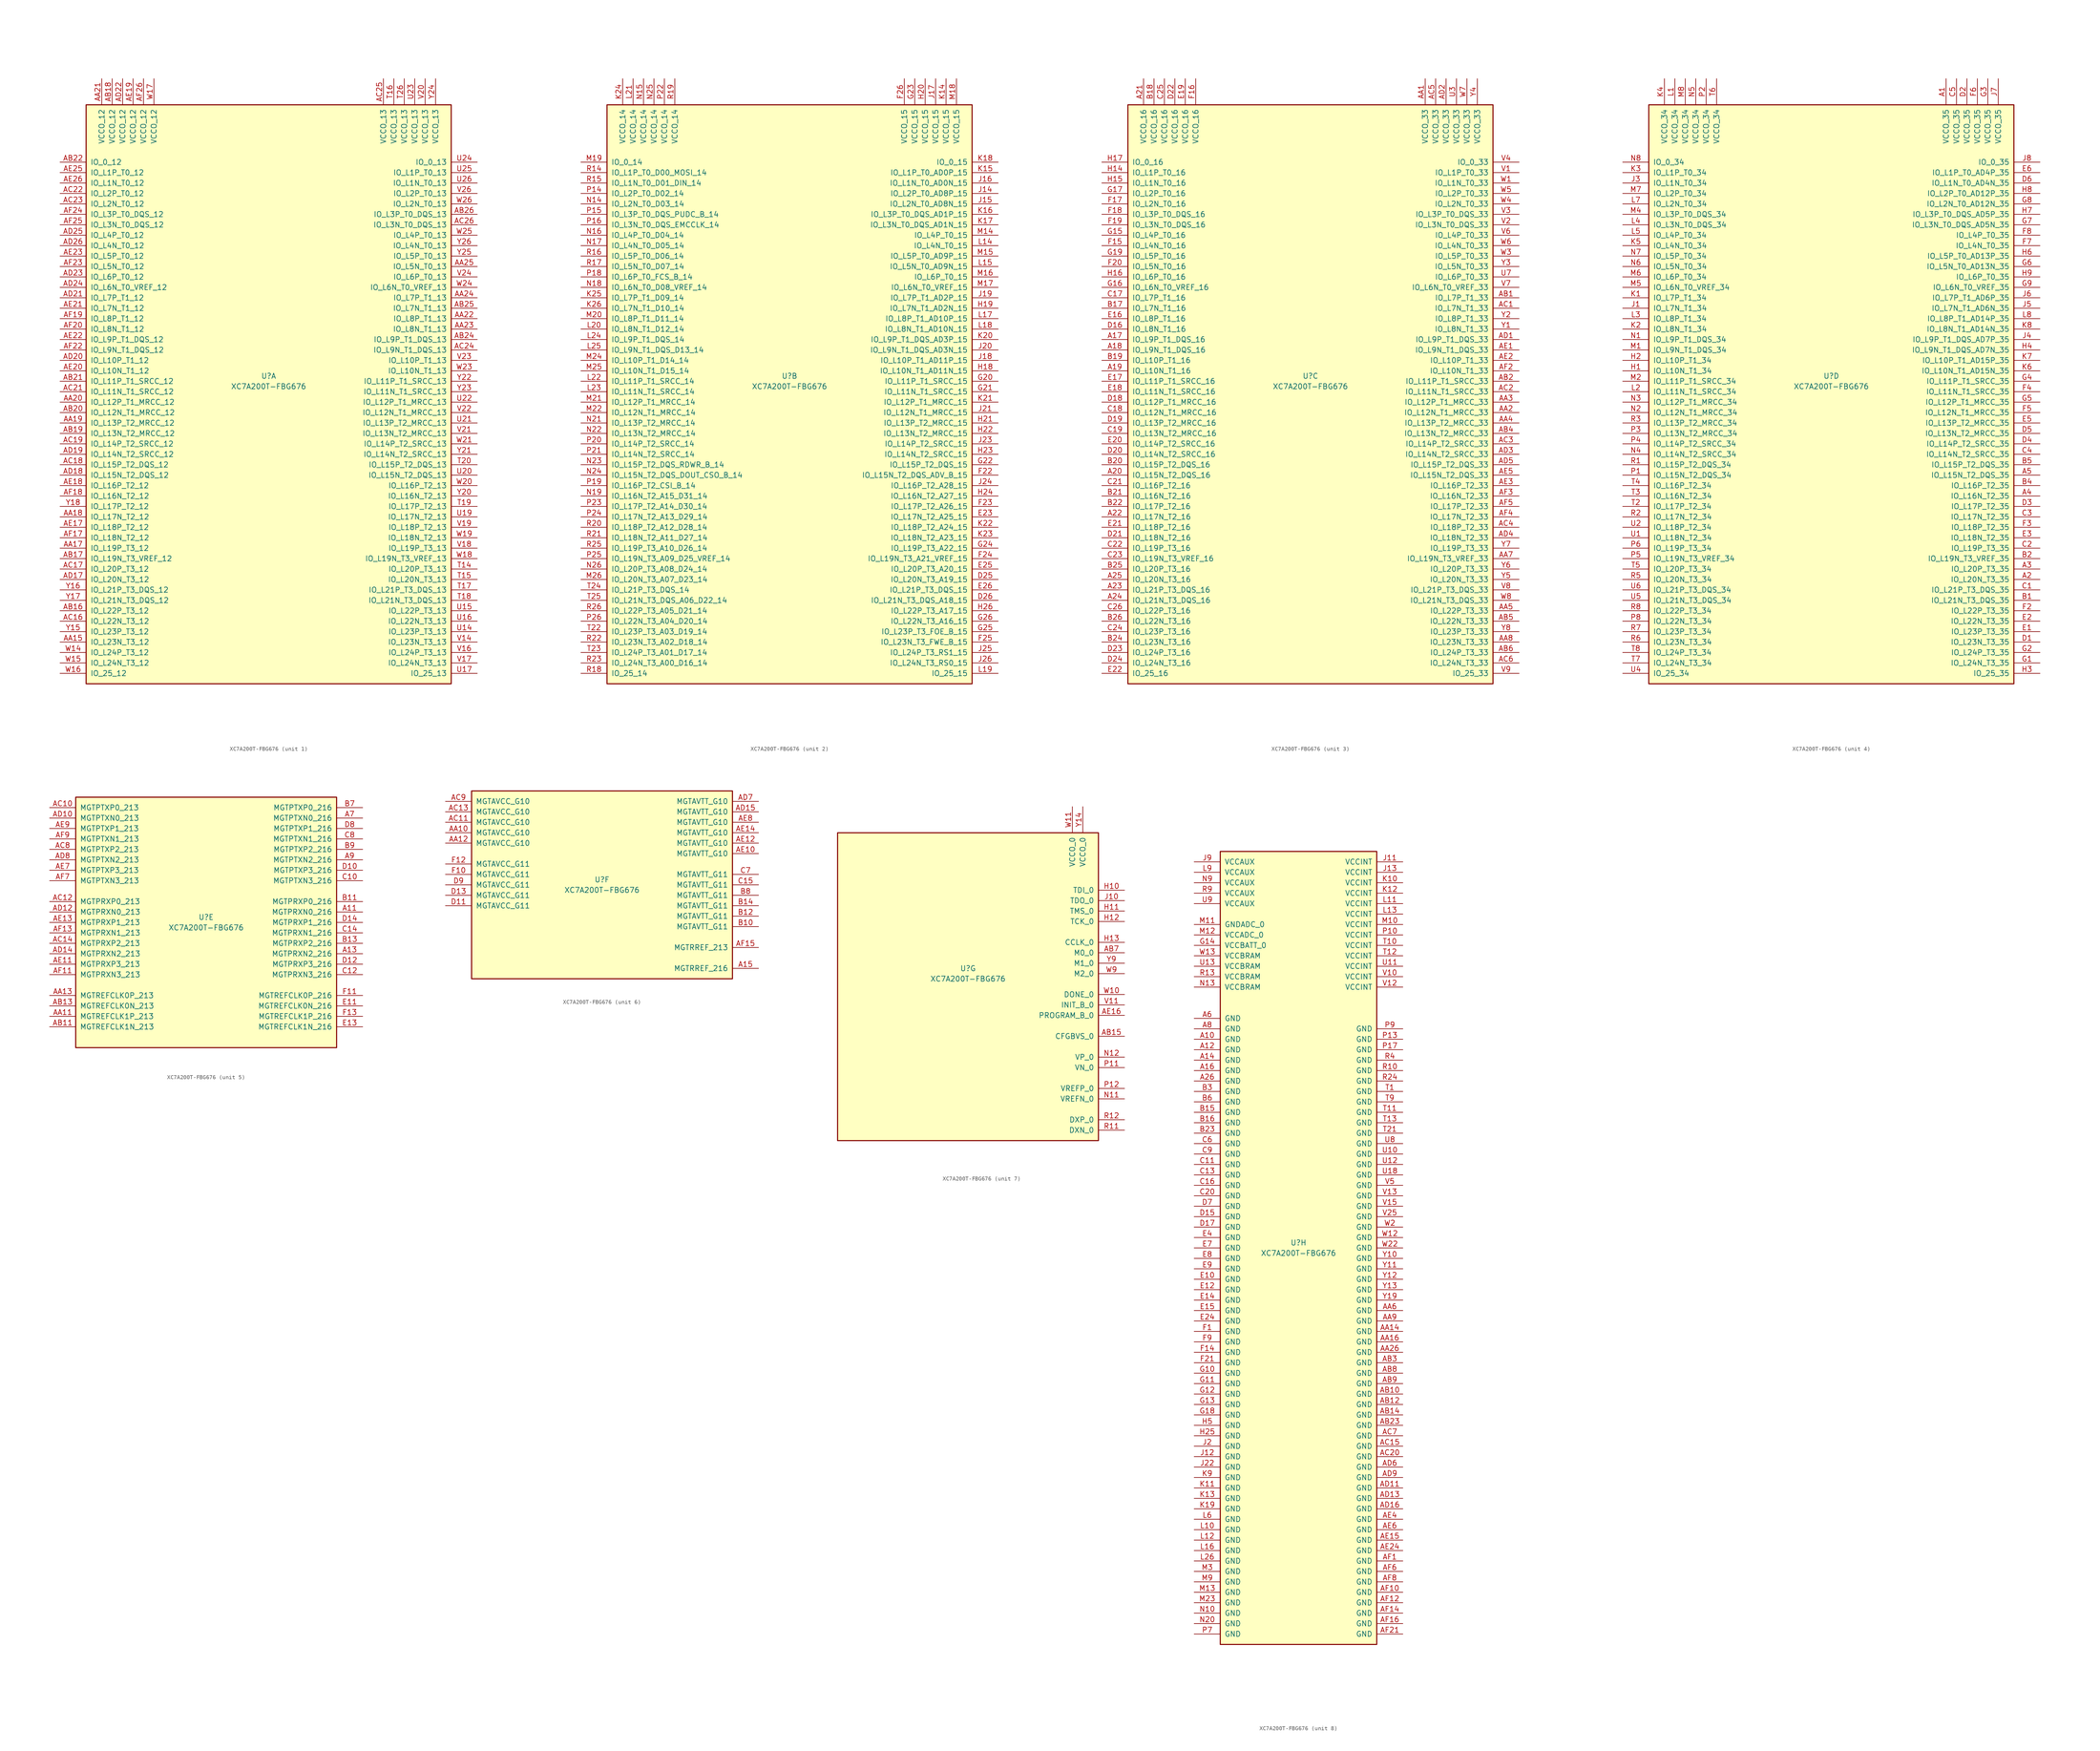
<source format=kicad_sym>
(kicad_symbol_lib
  (version 20201005)
  (generator kicad_symbol_editor)
  (symbol "XC7A200T-FBG676"
    (pin_names
      (offset 1.016))
    (property "Reference" "U"
      (at 0 1.27 0)
      (effects (font (size 1.27 1.27))))
    (property "Value" "XC7A200T-FBG676"
      (at 0 -1.27 0)
      (effects (font (size 1.27 1.27))))
    (property "Datasheet" ""
      (at 0 0 0)
      (effects (font (size 1.27 1.27))))
    (property "ki_locked" ""
      (at 0 0 0)
      (effects (font (size 1.27 1.27))))
    (symbol "XC7A200T-FBG676_1_1"
      (rectangle (start -44.45 67.31) (end 44.45 -73.66) (stroke (width 0.254)) (fill (type background)))
      (pin bidirectional line (at -50.8 -63.5 0) (length 6.35) (name "IO_L23N_T3_12" (effects (font (size 1.27 1.27)))) (number "AA15" (effects (font (size 1.27 1.27)))))
      (pin bidirectional line (at -50.8 -40.64 0) (length 6.35) (name "IO_L19P_T3_12" (effects (font (size 1.27 1.27)))) (number "AA17" (effects (font (size 1.27 1.27)))))
      (pin bidirectional line (at -50.8 -33.02 0) (length 6.35) (name "IO_L17N_T2_12" (effects (font (size 1.27 1.27)))) (number "AA18" (effects (font (size 1.27 1.27)))))
      (pin bidirectional line (at -50.8 -10.16 0) (length 6.35) (name "IO_L13P_T2_MRCC_12" (effects (font (size 1.27 1.27)))) (number "AA19" (effects (font (size 1.27 1.27)))))
      (pin bidirectional line (at -50.8 -5.08 0) (length 6.35) (name "IO_L12P_T1_MRCC_12" (effects (font (size 1.27 1.27)))) (number "AA20" (effects (font (size 1.27 1.27)))))
      (pin power_in line (at -40.64 73.66 270) (length 6.35) (name "VCCO_12" (effects (font (size 1.27 1.27)))) (number "AA21" (effects (font (size 1.27 1.27)))))
      (pin bidirectional line (at 50.8 15.24 180) (length 6.35) (name "IO_L8P_T1_13" (effects (font (size 1.27 1.27)))) (number "AA22" (effects (font (size 1.27 1.27)))))
      (pin bidirectional line (at 50.8 12.7 180) (length 6.35) (name "IO_L8N_T1_13" (effects (font (size 1.27 1.27)))) (number "AA23" (effects (font (size 1.27 1.27)))))
      (pin bidirectional line (at 50.8 20.32 180) (length 6.35) (name "IO_L7P_T1_13" (effects (font (size 1.27 1.27)))) (number "AA24" (effects (font (size 1.27 1.27)))))
      (pin bidirectional line (at 50.8 27.94 180) (length 6.35) (name "IO_L5N_T0_13" (effects (font (size 1.27 1.27)))) (number "AA25" (effects (font (size 1.27 1.27)))))
      (pin bidirectional line (at -50.8 -55.88 0) (length 6.35) (name "IO_L22P_T3_12" (effects (font (size 1.27 1.27)))) (number "AB16" (effects (font (size 1.27 1.27)))))
      (pin bidirectional line (at -50.8 -43.18 0) (length 6.35) (name "IO_L19N_T3_VREF_12" (effects (font (size 1.27 1.27)))) (number "AB17" (effects (font (size 1.27 1.27)))))
      (pin power_in line (at -38.1 73.66 270) (length 6.35) (name "VCCO_12" (effects (font (size 1.27 1.27)))) (number "AB18" (effects (font (size 1.27 1.27)))))
      (pin bidirectional line (at -50.8 -12.7 0) (length 6.35) (name "IO_L13N_T2_MRCC_12" (effects (font (size 1.27 1.27)))) (number "AB19" (effects (font (size 1.27 1.27)))))
      (pin bidirectional line (at -50.8 -7.62 0) (length 6.35) (name "IO_L12N_T1_MRCC_12" (effects (font (size 1.27 1.27)))) (number "AB20" (effects (font (size 1.27 1.27)))))
      (pin bidirectional line (at -50.8 0 0) (length 6.35) (name "IO_L11P_T1_SRCC_12" (effects (font (size 1.27 1.27)))) (number "AB21" (effects (font (size 1.27 1.27)))))
      (pin bidirectional line (at -50.8 53.34 0) (length 6.35) (name "IO_0_12" (effects (font (size 1.27 1.27)))) (number "AB22" (effects (font (size 1.27 1.27)))))
      (pin bidirectional line (at 50.8 10.16 180) (length 6.35) (name "IO_L9P_T1_DQS_13" (effects (font (size 1.27 1.27)))) (number "AB24" (effects (font (size 1.27 1.27)))))
      (pin bidirectional line (at 50.8 17.78 180) (length 6.35) (name "IO_L7N_T1_13" (effects (font (size 1.27 1.27)))) (number "AB25" (effects (font (size 1.27 1.27)))))
      (pin bidirectional line (at 50.8 40.64 180) (length 6.35) (name "IO_L3P_T0_DQS_13" (effects (font (size 1.27 1.27)))) (number "AB26" (effects (font (size 1.27 1.27)))))
      (pin bidirectional line (at -50.8 -58.42 0) (length 6.35) (name "IO_L22N_T3_12" (effects (font (size 1.27 1.27)))) (number "AC16" (effects (font (size 1.27 1.27)))))
      (pin bidirectional line (at -50.8 -45.72 0) (length 6.35) (name "IO_L20P_T3_12" (effects (font (size 1.27 1.27)))) (number "AC17" (effects (font (size 1.27 1.27)))))
      (pin bidirectional line (at -50.8 -20.32 0) (length 6.35) (name "IO_L15P_T2_DQS_12" (effects (font (size 1.27 1.27)))) (number "AC18" (effects (font (size 1.27 1.27)))))
      (pin bidirectional line (at -50.8 -15.24 0) (length 6.35) (name "IO_L14P_T2_SRCC_12" (effects (font (size 1.27 1.27)))) (number "AC19" (effects (font (size 1.27 1.27)))))
      (pin bidirectional line (at -50.8 -2.54 0) (length 6.35) (name "IO_L11N_T1_SRCC_12" (effects (font (size 1.27 1.27)))) (number "AC21" (effects (font (size 1.27 1.27)))))
      (pin bidirectional line (at -50.8 45.72 0) (length 6.35) (name "IO_L2P_T0_12" (effects (font (size 1.27 1.27)))) (number "AC22" (effects (font (size 1.27 1.27)))))
      (pin bidirectional line (at -50.8 43.18 0) (length 6.35) (name "IO_L2N_T0_12" (effects (font (size 1.27 1.27)))) (number "AC23" (effects (font (size 1.27 1.27)))))
      (pin bidirectional line (at 50.8 7.62 180) (length 6.35) (name "IO_L9N_T1_DQS_13" (effects (font (size 1.27 1.27)))) (number "AC24" (effects (font (size 1.27 1.27)))))
      (pin power_in line (at 27.94 73.66 270) (length 6.35) (name "VCCO_13" (effects (font (size 1.27 1.27)))) (number "AC25" (effects (font (size 1.27 1.27)))))
      (pin bidirectional line (at 50.8 38.1 180) (length 6.35) (name "IO_L3N_T0_DQS_13" (effects (font (size 1.27 1.27)))) (number "AC26" (effects (font (size 1.27 1.27)))))
      (pin bidirectional line (at -50.8 -48.26 0) (length 6.35) (name "IO_L20N_T3_12" (effects (font (size 1.27 1.27)))) (number "AD17" (effects (font (size 1.27 1.27)))))
      (pin bidirectional line (at -50.8 -22.86 0) (length 6.35) (name "IO_L15N_T2_DQS_12" (effects (font (size 1.27 1.27)))) (number "AD18" (effects (font (size 1.27 1.27)))))
      (pin bidirectional line (at -50.8 -17.78 0) (length 6.35) (name "IO_L14N_T2_SRCC_12" (effects (font (size 1.27 1.27)))) (number "AD19" (effects (font (size 1.27 1.27)))))
      (pin bidirectional line (at -50.8 5.08 0) (length 6.35) (name "IO_L10P_T1_12" (effects (font (size 1.27 1.27)))) (number "AD20" (effects (font (size 1.27 1.27)))))
      (pin bidirectional line (at -50.8 20.32 0) (length 6.35) (name "IO_L7P_T1_12" (effects (font (size 1.27 1.27)))) (number "AD21" (effects (font (size 1.27 1.27)))))
      (pin power_in line (at -35.56 73.66 270) (length 6.35) (name "VCCO_12" (effects (font (size 1.27 1.27)))) (number "AD22" (effects (font (size 1.27 1.27)))))
      (pin bidirectional line (at -50.8 25.4 0) (length 6.35) (name "IO_L6P_T0_12" (effects (font (size 1.27 1.27)))) (number "AD23" (effects (font (size 1.27 1.27)))))
      (pin bidirectional line (at -50.8 22.86 0) (length 6.35) (name "IO_L6N_T0_VREF_12" (effects (font (size 1.27 1.27)))) (number "AD24" (effects (font (size 1.27 1.27)))))
      (pin bidirectional line (at -50.8 35.56 0) (length 6.35) (name "IO_L4P_T0_12" (effects (font (size 1.27 1.27)))) (number "AD25" (effects (font (size 1.27 1.27)))))
      (pin bidirectional line (at -50.8 33.02 0) (length 6.35) (name "IO_L4N_T0_12" (effects (font (size 1.27 1.27)))) (number "AD26" (effects (font (size 1.27 1.27)))))
      (pin bidirectional line (at -50.8 -35.56 0) (length 6.35) (name "IO_L18P_T2_12" (effects (font (size 1.27 1.27)))) (number "AE17" (effects (font (size 1.27 1.27)))))
      (pin bidirectional line (at -50.8 -25.4 0) (length 6.35) (name "IO_L16P_T2_12" (effects (font (size 1.27 1.27)))) (number "AE18" (effects (font (size 1.27 1.27)))))
      (pin power_in line (at -33.02 73.66 270) (length 6.35) (name "VCCO_12" (effects (font (size 1.27 1.27)))) (number "AE19" (effects (font (size 1.27 1.27)))))
      (pin bidirectional line (at -50.8 2.54 0) (length 6.35) (name "IO_L10N_T1_12" (effects (font (size 1.27 1.27)))) (number "AE20" (effects (font (size 1.27 1.27)))))
      (pin bidirectional line (at -50.8 17.78 0) (length 6.35) (name "IO_L7N_T1_12" (effects (font (size 1.27 1.27)))) (number "AE21" (effects (font (size 1.27 1.27)))))
      (pin bidirectional line (at -50.8 10.16 0) (length 6.35) (name "IO_L9P_T1_DQS_12" (effects (font (size 1.27 1.27)))) (number "AE22" (effects (font (size 1.27 1.27)))))
      (pin bidirectional line (at -50.8 30.48 0) (length 6.35) (name "IO_L5P_T0_12" (effects (font (size 1.27 1.27)))) (number "AE23" (effects (font (size 1.27 1.27)))))
      (pin bidirectional line (at -50.8 50.8 0) (length 6.35) (name "IO_L1P_T0_12" (effects (font (size 1.27 1.27)))) (number "AE25" (effects (font (size 1.27 1.27)))))
      (pin bidirectional line (at -50.8 48.26 0) (length 6.35) (name "IO_L1N_T0_12" (effects (font (size 1.27 1.27)))) (number "AE26" (effects (font (size 1.27 1.27)))))
      (pin bidirectional line (at -50.8 -38.1 0) (length 6.35) (name "IO_L18N_T2_12" (effects (font (size 1.27 1.27)))) (number "AF17" (effects (font (size 1.27 1.27)))))
      (pin bidirectional line (at -50.8 -27.94 0) (length 6.35) (name "IO_L16N_T2_12" (effects (font (size 1.27 1.27)))) (number "AF18" (effects (font (size 1.27 1.27)))))
      (pin bidirectional line (at -50.8 15.24 0) (length 6.35) (name "IO_L8P_T1_12" (effects (font (size 1.27 1.27)))) (number "AF19" (effects (font (size 1.27 1.27)))))
      (pin bidirectional line (at -50.8 12.7 0) (length 6.35) (name "IO_L8N_T1_12" (effects (font (size 1.27 1.27)))) (number "AF20" (effects (font (size 1.27 1.27)))))
      (pin bidirectional line (at -50.8 7.62 0) (length 6.35) (name "IO_L9N_T1_DQS_12" (effects (font (size 1.27 1.27)))) (number "AF22" (effects (font (size 1.27 1.27)))))
      (pin bidirectional line (at -50.8 27.94 0) (length 6.35) (name "IO_L5N_T0_12" (effects (font (size 1.27 1.27)))) (number "AF23" (effects (font (size 1.27 1.27)))))
      (pin bidirectional line (at -50.8 40.64 0) (length 6.35) (name "IO_L3P_T0_DQS_12" (effects (font (size 1.27 1.27)))) (number "AF24" (effects (font (size 1.27 1.27)))))
      (pin bidirectional line (at -50.8 38.1 0) (length 6.35) (name "IO_L3N_T0_DQS_12" (effects (font (size 1.27 1.27)))) (number "AF25" (effects (font (size 1.27 1.27)))))
      (pin power_in line (at -30.48 73.66 270) (length 6.35) (name "VCCO_12" (effects (font (size 1.27 1.27)))) (number "AF26" (effects (font (size 1.27 1.27)))))
      (pin bidirectional line (at 50.8 -45.72 180) (length 6.35) (name "IO_L20P_T3_13" (effects (font (size 1.27 1.27)))) (number "T14" (effects (font (size 1.27 1.27)))))
      (pin bidirectional line (at 50.8 -48.26 180) (length 6.35) (name "IO_L20N_T3_13" (effects (font (size 1.27 1.27)))) (number "T15" (effects (font (size 1.27 1.27)))))
      (pin power_in line (at 30.48 73.66 270) (length 6.35) (name "VCCO_13" (effects (font (size 1.27 1.27)))) (number "T16" (effects (font (size 1.27 1.27)))))
      (pin bidirectional line (at 50.8 -50.8 180) (length 6.35) (name "IO_L21P_T3_DQS_13" (effects (font (size 1.27 1.27)))) (number "T17" (effects (font (size 1.27 1.27)))))
      (pin bidirectional line (at 50.8 -53.34 180) (length 6.35) (name "IO_L21N_T3_DQS_13" (effects (font (size 1.27 1.27)))) (number "T18" (effects (font (size 1.27 1.27)))))
      (pin bidirectional line (at 50.8 -30.48 180) (length 6.35) (name "IO_L17P_T2_13" (effects (font (size 1.27 1.27)))) (number "T19" (effects (font (size 1.27 1.27)))))
      (pin bidirectional line (at 50.8 -20.32 180) (length 6.35) (name "IO_L15P_T2_DQS_13" (effects (font (size 1.27 1.27)))) (number "T20" (effects (font (size 1.27 1.27)))))
      (pin power_in line (at 33.02 73.66 270) (length 6.35) (name "VCCO_13" (effects (font (size 1.27 1.27)))) (number "T26" (effects (font (size 1.27 1.27)))))
      (pin bidirectional line (at 50.8 -60.96 180) (length 6.35) (name "IO_L23P_T3_13" (effects (font (size 1.27 1.27)))) (number "U14" (effects (font (size 1.27 1.27)))))
      (pin bidirectional line (at 50.8 -55.88 180) (length 6.35) (name "IO_L22P_T3_13" (effects (font (size 1.27 1.27)))) (number "U15" (effects (font (size 1.27 1.27)))))
      (pin bidirectional line (at 50.8 -58.42 180) (length 6.35) (name "IO_L22N_T3_13" (effects (font (size 1.27 1.27)))) (number "U16" (effects (font (size 1.27 1.27)))))
      (pin bidirectional line (at 50.8 -71.12 180) (length 6.35) (name "IO_25_13" (effects (font (size 1.27 1.27)))) (number "U17" (effects (font (size 1.27 1.27)))))
      (pin bidirectional line (at 50.8 -33.02 180) (length 6.35) (name "IO_L17N_T2_13" (effects (font (size 1.27 1.27)))) (number "U19" (effects (font (size 1.27 1.27)))))
      (pin bidirectional line (at 50.8 -22.86 180) (length 6.35) (name "IO_L15N_T2_DQS_13" (effects (font (size 1.27 1.27)))) (number "U20" (effects (font (size 1.27 1.27)))))
      (pin bidirectional line (at 50.8 -10.16 180) (length 6.35) (name "IO_L13P_T2_MRCC_13" (effects (font (size 1.27 1.27)))) (number "U21" (effects (font (size 1.27 1.27)))))
      (pin bidirectional line (at 50.8 -5.08 180) (length 6.35) (name "IO_L12P_T1_MRCC_13" (effects (font (size 1.27 1.27)))) (number "U22" (effects (font (size 1.27 1.27)))))
      (pin power_in line (at 35.56 73.66 270) (length 6.35) (name "VCCO_13" (effects (font (size 1.27 1.27)))) (number "U23" (effects (font (size 1.27 1.27)))))
      (pin bidirectional line (at 50.8 53.34 180) (length 6.35) (name "IO_0_13" (effects (font (size 1.27 1.27)))) (number "U24" (effects (font (size 1.27 1.27)))))
      (pin bidirectional line (at 50.8 50.8 180) (length 6.35) (name "IO_L1P_T0_13" (effects (font (size 1.27 1.27)))) (number "U25" (effects (font (size 1.27 1.27)))))
      (pin bidirectional line (at 50.8 48.26 180) (length 6.35) (name "IO_L1N_T0_13" (effects (font (size 1.27 1.27)))) (number "U26" (effects (font (size 1.27 1.27)))))
      (pin bidirectional line (at 50.8 -63.5 180) (length 6.35) (name "IO_L23N_T3_13" (effects (font (size 1.27 1.27)))) (number "V14" (effects (font (size 1.27 1.27)))))
      (pin bidirectional line (at 50.8 -66.04 180) (length 6.35) (name "IO_L24P_T3_13" (effects (font (size 1.27 1.27)))) (number "V16" (effects (font (size 1.27 1.27)))))
      (pin bidirectional line (at 50.8 -68.58 180) (length 6.35) (name "IO_L24N_T3_13" (effects (font (size 1.27 1.27)))) (number "V17" (effects (font (size 1.27 1.27)))))
      (pin bidirectional line (at 50.8 -40.64 180) (length 6.35) (name "IO_L19P_T3_13" (effects (font (size 1.27 1.27)))) (number "V18" (effects (font (size 1.27 1.27)))))
      (pin bidirectional line (at 50.8 -35.56 180) (length 6.35) (name "IO_L18P_T2_13" (effects (font (size 1.27 1.27)))) (number "V19" (effects (font (size 1.27 1.27)))))
      (pin power_in line (at 38.1 73.66 270) (length 6.35) (name "VCCO_13" (effects (font (size 1.27 1.27)))) (number "V20" (effects (font (size 1.27 1.27)))))
      (pin bidirectional line (at 50.8 -12.7 180) (length 6.35) (name "IO_L13N_T2_MRCC_13" (effects (font (size 1.27 1.27)))) (number "V21" (effects (font (size 1.27 1.27)))))
      (pin bidirectional line (at 50.8 -7.62 180) (length 6.35) (name "IO_L12N_T1_MRCC_13" (effects (font (size 1.27 1.27)))) (number "V22" (effects (font (size 1.27 1.27)))))
      (pin bidirectional line (at 50.8 5.08 180) (length 6.35) (name "IO_L10P_T1_13" (effects (font (size 1.27 1.27)))) (number "V23" (effects (font (size 1.27 1.27)))))
      (pin bidirectional line (at 50.8 25.4 180) (length 6.35) (name "IO_L6P_T0_13" (effects (font (size 1.27 1.27)))) (number "V24" (effects (font (size 1.27 1.27)))))
      (pin bidirectional line (at 50.8 45.72 180) (length 6.35) (name "IO_L2P_T0_13" (effects (font (size 1.27 1.27)))) (number "V26" (effects (font (size 1.27 1.27)))))
      (pin bidirectional line (at -50.8 -66.04 0) (length 6.35) (name "IO_L24P_T3_12" (effects (font (size 1.27 1.27)))) (number "W14" (effects (font (size 1.27 1.27)))))
      (pin bidirectional line (at -50.8 -68.58 0) (length 6.35) (name "IO_L24N_T3_12" (effects (font (size 1.27 1.27)))) (number "W15" (effects (font (size 1.27 1.27)))))
      (pin bidirectional line (at -50.8 -71.12 0) (length 6.35) (name "IO_25_12" (effects (font (size 1.27 1.27)))) (number "W16" (effects (font (size 1.27 1.27)))))
      (pin power_in line (at -27.94 73.66 270) (length 6.35) (name "VCCO_12" (effects (font (size 1.27 1.27)))) (number "W17" (effects (font (size 1.27 1.27)))))
      (pin bidirectional line (at 50.8 -43.18 180) (length 6.35) (name "IO_L19N_T3_VREF_13" (effects (font (size 1.27 1.27)))) (number "W18" (effects (font (size 1.27 1.27)))))
      (pin bidirectional line (at 50.8 -38.1 180) (length 6.35) (name "IO_L18N_T2_13" (effects (font (size 1.27 1.27)))) (number "W19" (effects (font (size 1.27 1.27)))))
      (pin bidirectional line (at 50.8 -25.4 180) (length 6.35) (name "IO_L16P_T2_13" (effects (font (size 1.27 1.27)))) (number "W20" (effects (font (size 1.27 1.27)))))
      (pin bidirectional line (at 50.8 -15.24 180) (length 6.35) (name "IO_L14P_T2_SRCC_13" (effects (font (size 1.27 1.27)))) (number "W21" (effects (font (size 1.27 1.27)))))
      (pin bidirectional line (at 50.8 2.54 180) (length 6.35) (name "IO_L10N_T1_13" (effects (font (size 1.27 1.27)))) (number "W23" (effects (font (size 1.27 1.27)))))
      (pin bidirectional line (at 50.8 22.86 180) (length 6.35) (name "IO_L6N_T0_VREF_13" (effects (font (size 1.27 1.27)))) (number "W24" (effects (font (size 1.27 1.27)))))
      (pin bidirectional line (at 50.8 35.56 180) (length 6.35) (name "IO_L4P_T0_13" (effects (font (size 1.27 1.27)))) (number "W25" (effects (font (size 1.27 1.27)))))
      (pin bidirectional line (at 50.8 43.18 180) (length 6.35) (name "IO_L2N_T0_13" (effects (font (size 1.27 1.27)))) (number "W26" (effects (font (size 1.27 1.27)))))
      (pin bidirectional line (at -50.8 -60.96 0) (length 6.35) (name "IO_L23P_T3_12" (effects (font (size 1.27 1.27)))) (number "Y15" (effects (font (size 1.27 1.27)))))
      (pin bidirectional line (at -50.8 -50.8 0) (length 6.35) (name "IO_L21P_T3_DQS_12" (effects (font (size 1.27 1.27)))) (number "Y16" (effects (font (size 1.27 1.27)))))
      (pin bidirectional line (at -50.8 -53.34 0) (length 6.35) (name "IO_L21N_T3_DQS_12" (effects (font (size 1.27 1.27)))) (number "Y17" (effects (font (size 1.27 1.27)))))
      (pin bidirectional line (at -50.8 -30.48 0) (length 6.35) (name "IO_L17P_T2_12" (effects (font (size 1.27 1.27)))) (number "Y18" (effects (font (size 1.27 1.27)))))
      (pin bidirectional line (at 50.8 -27.94 180) (length 6.35) (name "IO_L16N_T2_13" (effects (font (size 1.27 1.27)))) (number "Y20" (effects (font (size 1.27 1.27)))))
      (pin bidirectional line (at 50.8 -17.78 180) (length 6.35) (name "IO_L14N_T2_SRCC_13" (effects (font (size 1.27 1.27)))) (number "Y21" (effects (font (size 1.27 1.27)))))
      (pin bidirectional line (at 50.8 0 180) (length 6.35) (name "IO_L11P_T1_SRCC_13" (effects (font (size 1.27 1.27)))) (number "Y22" (effects (font (size 1.27 1.27)))))
      (pin bidirectional line (at 50.8 -2.54 180) (length 6.35) (name "IO_L11N_T1_SRCC_13" (effects (font (size 1.27 1.27)))) (number "Y23" (effects (font (size 1.27 1.27)))))
      (pin power_in line (at 40.64 73.66 270) (length 6.35) (name "VCCO_13" (effects (font (size 1.27 1.27)))) (number "Y24" (effects (font (size 1.27 1.27)))))
      (pin bidirectional line (at 50.8 30.48 180) (length 6.35) (name "IO_L5P_T0_13" (effects (font (size 1.27 1.27)))) (number "Y25" (effects (font (size 1.27 1.27)))))
      (pin bidirectional line (at 50.8 33.02 180) (length 6.35) (name "IO_L4N_T0_13" (effects (font (size 1.27 1.27)))) (number "Y26" (effects (font (size 1.27 1.27))))))
    (symbol "XC7A200T-FBG676_2_1"
      (rectangle (start -44.45 67.31) (end 44.45 -73.66) (stroke (width 0.254)) (fill (type background)))
      (pin bidirectional line (at 50.8 -48.26 180) (length 6.35) (name "IO_L20N_T3_A19_15" (effects (font (size 1.27 1.27)))) (number "D25" (effects (font (size 1.27 1.27)))))
      (pin bidirectional line (at 50.8 -53.34 180) (length 6.35) (name "IO_L21N_T3_DQS_A18_15" (effects (font (size 1.27 1.27)))) (number "D26" (effects (font (size 1.27 1.27)))))
      (pin bidirectional line (at 50.8 -33.02 180) (length 6.35) (name "IO_L17N_T2_A25_15" (effects (font (size 1.27 1.27)))) (number "E23" (effects (font (size 1.27 1.27)))))
      (pin bidirectional line (at 50.8 -45.72 180) (length 6.35) (name "IO_L20P_T3_A20_15" (effects (font (size 1.27 1.27)))) (number "E25" (effects (font (size 1.27 1.27)))))
      (pin bidirectional line (at 50.8 -50.8 180) (length 6.35) (name "IO_L21P_T3_DQS_15" (effects (font (size 1.27 1.27)))) (number "E26" (effects (font (size 1.27 1.27)))))
      (pin bidirectional line (at 50.8 -22.86 180) (length 6.35) (name "IO_L15N_T2_DQS_ADV_B_15" (effects (font (size 1.27 1.27)))) (number "F22" (effects (font (size 1.27 1.27)))))
      (pin bidirectional line (at 50.8 -30.48 180) (length 6.35) (name "IO_L17P_T2_A26_15" (effects (font (size 1.27 1.27)))) (number "F23" (effects (font (size 1.27 1.27)))))
      (pin bidirectional line (at 50.8 -43.18 180) (length 6.35) (name "IO_L19N_T3_A21_VREF_15" (effects (font (size 1.27 1.27)))) (number "F24" (effects (font (size 1.27 1.27)))))
      (pin bidirectional line (at 50.8 -63.5 180) (length 6.35) (name "IO_L23N_T3_FWE_B_15" (effects (font (size 1.27 1.27)))) (number "F25" (effects (font (size 1.27 1.27)))))
      (pin power_in line (at 27.94 73.66 270) (length 6.35) (name "VCCO_15" (effects (font (size 1.27 1.27)))) (number "F26" (effects (font (size 1.27 1.27)))))
      (pin bidirectional line (at 50.8 0 180) (length 6.35) (name "IO_L11P_T1_SRCC_15" (effects (font (size 1.27 1.27)))) (number "G20" (effects (font (size 1.27 1.27)))))
      (pin bidirectional line (at 50.8 -2.54 180) (length 6.35) (name "IO_L11N_T1_SRCC_15" (effects (font (size 1.27 1.27)))) (number "G21" (effects (font (size 1.27 1.27)))))
      (pin bidirectional line (at 50.8 -20.32 180) (length 6.35) (name "IO_L15P_T2_DQS_15" (effects (font (size 1.27 1.27)))) (number "G22" (effects (font (size 1.27 1.27)))))
      (pin power_in line (at 30.48 73.66 270) (length 6.35) (name "VCCO_15" (effects (font (size 1.27 1.27)))) (number "G23" (effects (font (size 1.27 1.27)))))
      (pin bidirectional line (at 50.8 -40.64 180) (length 6.35) (name "IO_L19P_T3_A22_15" (effects (font (size 1.27 1.27)))) (number "G24" (effects (font (size 1.27 1.27)))))
      (pin bidirectional line (at 50.8 -60.96 180) (length 6.35) (name "IO_L23P_T3_FOE_B_15" (effects (font (size 1.27 1.27)))) (number "G25" (effects (font (size 1.27 1.27)))))
      (pin bidirectional line (at 50.8 -58.42 180) (length 6.35) (name "IO_L22N_T3_A16_15" (effects (font (size 1.27 1.27)))) (number "G26" (effects (font (size 1.27 1.27)))))
      (pin bidirectional line (at 50.8 2.54 180) (length 6.35) (name "IO_L10N_T1_AD11N_15" (effects (font (size 1.27 1.27)))) (number "H18" (effects (font (size 1.27 1.27)))))
      (pin bidirectional line (at 50.8 17.78 180) (length 6.35) (name "IO_L7N_T1_AD2N_15" (effects (font (size 1.27 1.27)))) (number "H19" (effects (font (size 1.27 1.27)))))
      (pin power_in line (at 33.02 73.66 270) (length 6.35) (name "VCCO_15" (effects (font (size 1.27 1.27)))) (number "H20" (effects (font (size 1.27 1.27)))))
      (pin bidirectional line (at 50.8 -10.16 180) (length 6.35) (name "IO_L13P_T2_MRCC_15" (effects (font (size 1.27 1.27)))) (number "H21" (effects (font (size 1.27 1.27)))))
      (pin bidirectional line (at 50.8 -12.7 180) (length 6.35) (name "IO_L13N_T2_MRCC_15" (effects (font (size 1.27 1.27)))) (number "H22" (effects (font (size 1.27 1.27)))))
      (pin bidirectional line (at 50.8 -17.78 180) (length 6.35) (name "IO_L14N_T2_SRCC_15" (effects (font (size 1.27 1.27)))) (number "H23" (effects (font (size 1.27 1.27)))))
      (pin bidirectional line (at 50.8 -27.94 180) (length 6.35) (name "IO_L16N_T2_A27_15" (effects (font (size 1.27 1.27)))) (number "H24" (effects (font (size 1.27 1.27)))))
      (pin bidirectional line (at 50.8 -55.88 180) (length 6.35) (name "IO_L22P_T3_A17_15" (effects (font (size 1.27 1.27)))) (number "H26" (effects (font (size 1.27 1.27)))))
      (pin bidirectional line (at 50.8 45.72 180) (length 6.35) (name "IO_L2P_T0_AD8P_15" (effects (font (size 1.27 1.27)))) (number "J14" (effects (font (size 1.27 1.27)))))
      (pin bidirectional line (at 50.8 43.18 180) (length 6.35) (name "IO_L2N_T0_AD8N_15" (effects (font (size 1.27 1.27)))) (number "J15" (effects (font (size 1.27 1.27)))))
      (pin bidirectional line (at 50.8 48.26 180) (length 6.35) (name "IO_L1N_T0_AD0N_15" (effects (font (size 1.27 1.27)))) (number "J16" (effects (font (size 1.27 1.27)))))
      (pin power_in line (at 35.56 73.66 270) (length 6.35) (name "VCCO_15" (effects (font (size 1.27 1.27)))) (number "J17" (effects (font (size 1.27 1.27)))))
      (pin bidirectional line (at 50.8 5.08 180) (length 6.35) (name "IO_L10P_T1_AD11P_15" (effects (font (size 1.27 1.27)))) (number "J18" (effects (font (size 1.27 1.27)))))
      (pin bidirectional line (at 50.8 20.32 180) (length 6.35) (name "IO_L7P_T1_AD2P_15" (effects (font (size 1.27 1.27)))) (number "J19" (effects (font (size 1.27 1.27)))))
      (pin bidirectional line (at 50.8 7.62 180) (length 6.35) (name "IO_L9N_T1_DQS_AD3N_15" (effects (font (size 1.27 1.27)))) (number "J20" (effects (font (size 1.27 1.27)))))
      (pin bidirectional line (at 50.8 -7.62 180) (length 6.35) (name "IO_L12N_T1_MRCC_15" (effects (font (size 1.27 1.27)))) (number "J21" (effects (font (size 1.27 1.27)))))
      (pin bidirectional line (at 50.8 -15.24 180) (length 6.35) (name "IO_L14P_T2_SRCC_15" (effects (font (size 1.27 1.27)))) (number "J23" (effects (font (size 1.27 1.27)))))
      (pin bidirectional line (at 50.8 -25.4 180) (length 6.35) (name "IO_L16P_T2_A28_15" (effects (font (size 1.27 1.27)))) (number "J24" (effects (font (size 1.27 1.27)))))
      (pin bidirectional line (at 50.8 -66.04 180) (length 6.35) (name "IO_L24P_T3_RS1_15" (effects (font (size 1.27 1.27)))) (number "J25" (effects (font (size 1.27 1.27)))))
      (pin bidirectional line (at 50.8 -68.58 180) (length 6.35) (name "IO_L24N_T3_RS0_15" (effects (font (size 1.27 1.27)))) (number "J26" (effects (font (size 1.27 1.27)))))
      (pin power_in line (at 38.1 73.66 270) (length 6.35) (name "VCCO_15" (effects (font (size 1.27 1.27)))) (number "K14" (effects (font (size 1.27 1.27)))))
      (pin bidirectional line (at 50.8 50.8 180) (length 6.35) (name "IO_L1P_T0_AD0P_15" (effects (font (size 1.27 1.27)))) (number "K15" (effects (font (size 1.27 1.27)))))
      (pin bidirectional line (at 50.8 40.64 180) (length 6.35) (name "IO_L3P_T0_DQS_AD1P_15" (effects (font (size 1.27 1.27)))) (number "K16" (effects (font (size 1.27 1.27)))))
      (pin bidirectional line (at 50.8 38.1 180) (length 6.35) (name "IO_L3N_T0_DQS_AD1N_15" (effects (font (size 1.27 1.27)))) (number "K17" (effects (font (size 1.27 1.27)))))
      (pin bidirectional line (at 50.8 53.34 180) (length 6.35) (name "IO_0_15" (effects (font (size 1.27 1.27)))) (number "K18" (effects (font (size 1.27 1.27)))))
      (pin bidirectional line (at 50.8 10.16 180) (length 6.35) (name "IO_L9P_T1_DQS_AD3P_15" (effects (font (size 1.27 1.27)))) (number "K20" (effects (font (size 1.27 1.27)))))
      (pin bidirectional line (at 50.8 -5.08 180) (length 6.35) (name "IO_L12P_T1_MRCC_15" (effects (font (size 1.27 1.27)))) (number "K21" (effects (font (size 1.27 1.27)))))
      (pin bidirectional line (at 50.8 -35.56 180) (length 6.35) (name "IO_L18P_T2_A24_15" (effects (font (size 1.27 1.27)))) (number "K22" (effects (font (size 1.27 1.27)))))
      (pin bidirectional line (at 50.8 -38.1 180) (length 6.35) (name "IO_L18N_T2_A23_15" (effects (font (size 1.27 1.27)))) (number "K23" (effects (font (size 1.27 1.27)))))
      (pin power_in line (at -40.64 73.66 270) (length 6.35) (name "VCCO_14" (effects (font (size 1.27 1.27)))) (number "K24" (effects (font (size 1.27 1.27)))))
      (pin bidirectional line (at -50.8 20.32 0) (length 6.35) (name "IO_L7P_T1_D09_14" (effects (font (size 1.27 1.27)))) (number "K25" (effects (font (size 1.27 1.27)))))
      (pin bidirectional line (at -50.8 17.78 0) (length 6.35) (name "IO_L7N_T1_D10_14" (effects (font (size 1.27 1.27)))) (number "K26" (effects (font (size 1.27 1.27)))))
      (pin bidirectional line (at 50.8 33.02 180) (length 6.35) (name "IO_L4N_T0_15" (effects (font (size 1.27 1.27)))) (number "L14" (effects (font (size 1.27 1.27)))))
      (pin bidirectional line (at 50.8 27.94 180) (length 6.35) (name "IO_L5N_T0_AD9N_15" (effects (font (size 1.27 1.27)))) (number "L15" (effects (font (size 1.27 1.27)))))
      (pin bidirectional line (at 50.8 15.24 180) (length 6.35) (name "IO_L8P_T1_AD10P_15" (effects (font (size 1.27 1.27)))) (number "L17" (effects (font (size 1.27 1.27)))))
      (pin bidirectional line (at 50.8 12.7 180) (length 6.35) (name "IO_L8N_T1_AD10N_15" (effects (font (size 1.27 1.27)))) (number "L18" (effects (font (size 1.27 1.27)))))
      (pin bidirectional line (at 50.8 -71.12 180) (length 6.35) (name "IO_25_15" (effects (font (size 1.27 1.27)))) (number "L19" (effects (font (size 1.27 1.27)))))
      (pin bidirectional line (at -50.8 12.7 0) (length 6.35) (name "IO_L8N_T1_D12_14" (effects (font (size 1.27 1.27)))) (number "L20" (effects (font (size 1.27 1.27)))))
      (pin power_in line (at -38.1 73.66 270) (length 6.35) (name "VCCO_14" (effects (font (size 1.27 1.27)))) (number "L21" (effects (font (size 1.27 1.27)))))
      (pin bidirectional line (at -50.8 0 0) (length 6.35) (name "IO_L11P_T1_SRCC_14" (effects (font (size 1.27 1.27)))) (number "L22" (effects (font (size 1.27 1.27)))))
      (pin bidirectional line (at -50.8 -2.54 0) (length 6.35) (name "IO_L11N_T1_SRCC_14" (effects (font (size 1.27 1.27)))) (number "L23" (effects (font (size 1.27 1.27)))))
      (pin bidirectional line (at -50.8 10.16 0) (length 6.35) (name "IO_L9P_T1_DQS_14" (effects (font (size 1.27 1.27)))) (number "L24" (effects (font (size 1.27 1.27)))))
      (pin bidirectional line (at -50.8 7.62 0) (length 6.35) (name "IO_L9N_T1_DQS_D13_14" (effects (font (size 1.27 1.27)))) (number "L25" (effects (font (size 1.27 1.27)))))
      (pin bidirectional line (at 50.8 35.56 180) (length 6.35) (name "IO_L4P_T0_15" (effects (font (size 1.27 1.27)))) (number "M14" (effects (font (size 1.27 1.27)))))
      (pin bidirectional line (at 50.8 30.48 180) (length 6.35) (name "IO_L5P_T0_AD9P_15" (effects (font (size 1.27 1.27)))) (number "M15" (effects (font (size 1.27 1.27)))))
      (pin bidirectional line (at 50.8 25.4 180) (length 6.35) (name "IO_L6P_T0_15" (effects (font (size 1.27 1.27)))) (number "M16" (effects (font (size 1.27 1.27)))))
      (pin bidirectional line (at 50.8 22.86 180) (length 6.35) (name "IO_L6N_T0_VREF_15" (effects (font (size 1.27 1.27)))) (number "M17" (effects (font (size 1.27 1.27)))))
      (pin power_in line (at 40.64 73.66 270) (length 6.35) (name "VCCO_15" (effects (font (size 1.27 1.27)))) (number "M18" (effects (font (size 1.27 1.27)))))
      (pin bidirectional line (at -50.8 53.34 0) (length 6.35) (name "IO_0_14" (effects (font (size 1.27 1.27)))) (number "M19" (effects (font (size 1.27 1.27)))))
      (pin bidirectional line (at -50.8 15.24 0) (length 6.35) (name "IO_L8P_T1_D11_14" (effects (font (size 1.27 1.27)))) (number "M20" (effects (font (size 1.27 1.27)))))
      (pin bidirectional line (at -50.8 -5.08 0) (length 6.35) (name "IO_L12P_T1_MRCC_14" (effects (font (size 1.27 1.27)))) (number "M21" (effects (font (size 1.27 1.27)))))
      (pin bidirectional line (at -50.8 -7.62 0) (length 6.35) (name "IO_L12N_T1_MRCC_14" (effects (font (size 1.27 1.27)))) (number "M22" (effects (font (size 1.27 1.27)))))
      (pin bidirectional line (at -50.8 5.08 0) (length 6.35) (name "IO_L10P_T1_D14_14" (effects (font (size 1.27 1.27)))) (number "M24" (effects (font (size 1.27 1.27)))))
      (pin bidirectional line (at -50.8 2.54 0) (length 6.35) (name "IO_L10N_T1_D15_14" (effects (font (size 1.27 1.27)))) (number "M25" (effects (font (size 1.27 1.27)))))
      (pin bidirectional line (at -50.8 -48.26 0) (length 6.35) (name "IO_L20N_T3_A07_D23_14" (effects (font (size 1.27 1.27)))) (number "M26" (effects (font (size 1.27 1.27)))))
      (pin bidirectional line (at -50.8 43.18 0) (length 6.35) (name "IO_L2N_T0_D03_14" (effects (font (size 1.27 1.27)))) (number "N14" (effects (font (size 1.27 1.27)))))
      (pin power_in line (at -35.56 73.66 270) (length 6.35) (name "VCCO_14" (effects (font (size 1.27 1.27)))) (number "N15" (effects (font (size 1.27 1.27)))))
      (pin bidirectional line (at -50.8 35.56 0) (length 6.35) (name "IO_L4P_T0_D04_14" (effects (font (size 1.27 1.27)))) (number "N16" (effects (font (size 1.27 1.27)))))
      (pin bidirectional line (at -50.8 33.02 0) (length 6.35) (name "IO_L4N_T0_D05_14" (effects (font (size 1.27 1.27)))) (number "N17" (effects (font (size 1.27 1.27)))))
      (pin bidirectional line (at -50.8 22.86 0) (length 6.35) (name "IO_L6N_T0_D08_VREF_14" (effects (font (size 1.27 1.27)))) (number "N18" (effects (font (size 1.27 1.27)))))
      (pin bidirectional line (at -50.8 -27.94 0) (length 6.35) (name "IO_L16N_T2_A15_D31_14" (effects (font (size 1.27 1.27)))) (number "N19" (effects (font (size 1.27 1.27)))))
      (pin bidirectional line (at -50.8 -10.16 0) (length 6.35) (name "IO_L13P_T2_MRCC_14" (effects (font (size 1.27 1.27)))) (number "N21" (effects (font (size 1.27 1.27)))))
      (pin bidirectional line (at -50.8 -12.7 0) (length 6.35) (name "IO_L13N_T2_MRCC_14" (effects (font (size 1.27 1.27)))) (number "N22" (effects (font (size 1.27 1.27)))))
      (pin bidirectional line (at -50.8 -20.32 0) (length 6.35) (name "IO_L15P_T2_DQS_RDWR_B_14" (effects (font (size 1.27 1.27)))) (number "N23" (effects (font (size 1.27 1.27)))))
      (pin bidirectional line (at -50.8 -22.86 0) (length 6.35) (name "IO_L15N_T2_DQS_DOUT_CSO_B_14" (effects (font (size 1.27 1.27)))) (number "N24" (effects (font (size 1.27 1.27)))))
      (pin power_in line (at -33.02 73.66 270) (length 6.35) (name "VCCO_14" (effects (font (size 1.27 1.27)))) (number "N25" (effects (font (size 1.27 1.27)))))
      (pin bidirectional line (at -50.8 -45.72 0) (length 6.35) (name "IO_L20P_T3_A08_D24_14" (effects (font (size 1.27 1.27)))) (number "N26" (effects (font (size 1.27 1.27)))))
      (pin bidirectional line (at -50.8 45.72 0) (length 6.35) (name "IO_L2P_T0_D02_14" (effects (font (size 1.27 1.27)))) (number "P14" (effects (font (size 1.27 1.27)))))
      (pin bidirectional line (at -50.8 40.64 0) (length 6.35) (name "IO_L3P_T0_DQS_PUDC_B_14" (effects (font (size 1.27 1.27)))) (number "P15" (effects (font (size 1.27 1.27)))))
      (pin bidirectional line (at -50.8 38.1 0) (length 6.35) (name "IO_L3N_T0_DQS_EMCCLK_14" (effects (font (size 1.27 1.27)))) (number "P16" (effects (font (size 1.27 1.27)))))
      (pin bidirectional line (at -50.8 25.4 0) (length 6.35) (name "IO_L6P_T0_FCS_B_14" (effects (font (size 1.27 1.27)))) (number "P18" (effects (font (size 1.27 1.27)))))
      (pin bidirectional line (at -50.8 -25.4 0) (length 6.35) (name "IO_L16P_T2_CSI_B_14" (effects (font (size 1.27 1.27)))) (number "P19" (effects (font (size 1.27 1.27)))))
      (pin bidirectional line (at -50.8 -15.24 0) (length 6.35) (name "IO_L14P_T2_SRCC_14" (effects (font (size 1.27 1.27)))) (number "P20" (effects (font (size 1.27 1.27)))))
      (pin bidirectional line (at -50.8 -17.78 0) (length 6.35) (name "IO_L14N_T2_SRCC_14" (effects (font (size 1.27 1.27)))) (number "P21" (effects (font (size 1.27 1.27)))))
      (pin power_in line (at -30.48 73.66 270) (length 6.35) (name "VCCO_14" (effects (font (size 1.27 1.27)))) (number "P22" (effects (font (size 1.27 1.27)))))
      (pin bidirectional line (at -50.8 -30.48 0) (length 6.35) (name "IO_L17P_T2_A14_D30_14" (effects (font (size 1.27 1.27)))) (number "P23" (effects (font (size 1.27 1.27)))))
      (pin bidirectional line (at -50.8 -33.02 0) (length 6.35) (name "IO_L17N_T2_A13_D29_14" (effects (font (size 1.27 1.27)))) (number "P24" (effects (font (size 1.27 1.27)))))
      (pin bidirectional line (at -50.8 -43.18 0) (length 6.35) (name "IO_L19N_T3_A09_D25_VREF_14" (effects (font (size 1.27 1.27)))) (number "P25" (effects (font (size 1.27 1.27)))))
      (pin bidirectional line (at -50.8 -58.42 0) (length 6.35) (name "IO_L22N_T3_A04_D20_14" (effects (font (size 1.27 1.27)))) (number "P26" (effects (font (size 1.27 1.27)))))
      (pin bidirectional line (at -50.8 50.8 0) (length 6.35) (name "IO_L1P_T0_D00_MOSI_14" (effects (font (size 1.27 1.27)))) (number "R14" (effects (font (size 1.27 1.27)))))
      (pin bidirectional line (at -50.8 48.26 0) (length 6.35) (name "IO_L1N_T0_D01_DIN_14" (effects (font (size 1.27 1.27)))) (number "R15" (effects (font (size 1.27 1.27)))))
      (pin bidirectional line (at -50.8 30.48 0) (length 6.35) (name "IO_L5P_T0_D06_14" (effects (font (size 1.27 1.27)))) (number "R16" (effects (font (size 1.27 1.27)))))
      (pin bidirectional line (at -50.8 27.94 0) (length 6.35) (name "IO_L5N_T0_D07_14" (effects (font (size 1.27 1.27)))) (number "R17" (effects (font (size 1.27 1.27)))))
      (pin bidirectional line (at -50.8 -71.12 0) (length 6.35) (name "IO_25_14" (effects (font (size 1.27 1.27)))) (number "R18" (effects (font (size 1.27 1.27)))))
      (pin power_in line (at -27.94 73.66 270) (length 6.35) (name "VCCO_14" (effects (font (size 1.27 1.27)))) (number "R19" (effects (font (size 1.27 1.27)))))
      (pin bidirectional line (at -50.8 -35.56 0) (length 6.35) (name "IO_L18P_T2_A12_D28_14" (effects (font (size 1.27 1.27)))) (number "R20" (effects (font (size 1.27 1.27)))))
      (pin bidirectional line (at -50.8 -38.1 0) (length 6.35) (name "IO_L18N_T2_A11_D27_14" (effects (font (size 1.27 1.27)))) (number "R21" (effects (font (size 1.27 1.27)))))
      (pin bidirectional line (at -50.8 -63.5 0) (length 6.35) (name "IO_L23N_T3_A02_D18_14" (effects (font (size 1.27 1.27)))) (number "R22" (effects (font (size 1.27 1.27)))))
      (pin bidirectional line (at -50.8 -68.58 0) (length 6.35) (name "IO_L24N_T3_A00_D16_14" (effects (font (size 1.27 1.27)))) (number "R23" (effects (font (size 1.27 1.27)))))
      (pin bidirectional line (at -50.8 -40.64 0) (length 6.35) (name "IO_L19P_T3_A10_D26_14" (effects (font (size 1.27 1.27)))) (number "R25" (effects (font (size 1.27 1.27)))))
      (pin bidirectional line (at -50.8 -55.88 0) (length 6.35) (name "IO_L22P_T3_A05_D21_14" (effects (font (size 1.27 1.27)))) (number "R26" (effects (font (size 1.27 1.27)))))
      (pin bidirectional line (at -50.8 -60.96 0) (length 6.35) (name "IO_L23P_T3_A03_D19_14" (effects (font (size 1.27 1.27)))) (number "T22" (effects (font (size 1.27 1.27)))))
      (pin bidirectional line (at -50.8 -66.04 0) (length 6.35) (name "IO_L24P_T3_A01_D17_14" (effects (font (size 1.27 1.27)))) (number "T23" (effects (font (size 1.27 1.27)))))
      (pin bidirectional line (at -50.8 -50.8 0) (length 6.35) (name "IO_L21P_T3_DQS_14" (effects (font (size 1.27 1.27)))) (number "T24" (effects (font (size 1.27 1.27)))))
      (pin bidirectional line (at -50.8 -53.34 0) (length 6.35) (name "IO_L21N_T3_DQS_A06_D22_14" (effects (font (size 1.27 1.27)))) (number "T25" (effects (font (size 1.27 1.27))))))
    (symbol "XC7A200T-FBG676_3_1"
      (rectangle (start -44.45 67.31) (end 44.45 -73.66) (stroke (width 0.254)) (fill (type background)))
      (pin bidirectional line (at -50.8 10.16 0) (length 6.35) (name "IO_L9P_T1_DQS_16" (effects (font (size 1.27 1.27)))) (number "A17" (effects (font (size 1.27 1.27)))))
      (pin bidirectional line (at -50.8 7.62 0) (length 6.35) (name "IO_L9N_T1_DQS_16" (effects (font (size 1.27 1.27)))) (number "A18" (effects (font (size 1.27 1.27)))))
      (pin bidirectional line (at -50.8 2.54 0) (length 6.35) (name "IO_L10N_T1_16" (effects (font (size 1.27 1.27)))) (number "A19" (effects (font (size 1.27 1.27)))))
      (pin bidirectional line (at -50.8 -22.86 0) (length 6.35) (name "IO_L15N_T2_DQS_16" (effects (font (size 1.27 1.27)))) (number "A20" (effects (font (size 1.27 1.27)))))
      (pin power_in line (at -40.64 73.66 270) (length 6.35) (name "VCCO_16" (effects (font (size 1.27 1.27)))) (number "A21" (effects (font (size 1.27 1.27)))))
      (pin bidirectional line (at -50.8 -33.02 0) (length 6.35) (name "IO_L17N_T2_16" (effects (font (size 1.27 1.27)))) (number "A22" (effects (font (size 1.27 1.27)))))
      (pin bidirectional line (at -50.8 -50.8 0) (length 6.35) (name "IO_L21P_T3_DQS_16" (effects (font (size 1.27 1.27)))) (number "A23" (effects (font (size 1.27 1.27)))))
      (pin bidirectional line (at -50.8 -53.34 0) (length 6.35) (name "IO_L21N_T3_DQS_16" (effects (font (size 1.27 1.27)))) (number "A24" (effects (font (size 1.27 1.27)))))
      (pin bidirectional line (at -50.8 -48.26 0) (length 6.35) (name "IO_L20N_T3_16" (effects (font (size 1.27 1.27)))) (number "A25" (effects (font (size 1.27 1.27)))))
      (pin power_in line (at 27.94 73.66 270) (length 6.35) (name "VCCO_33" (effects (font (size 1.27 1.27)))) (number "AA1" (effects (font (size 1.27 1.27)))))
      (pin bidirectional line (at 50.8 -7.62 180) (length 6.35) (name "IO_L12N_T1_MRCC_33" (effects (font (size 1.27 1.27)))) (number "AA2" (effects (font (size 1.27 1.27)))))
      (pin bidirectional line (at 50.8 -5.08 180) (length 6.35) (name "IO_L12P_T1_MRCC_33" (effects (font (size 1.27 1.27)))) (number "AA3" (effects (font (size 1.27 1.27)))))
      (pin bidirectional line (at 50.8 -10.16 180) (length 6.35) (name "IO_L13P_T2_MRCC_33" (effects (font (size 1.27 1.27)))) (number "AA4" (effects (font (size 1.27 1.27)))))
      (pin bidirectional line (at 50.8 -55.88 180) (length 6.35) (name "IO_L22P_T3_33" (effects (font (size 1.27 1.27)))) (number "AA5" (effects (font (size 1.27 1.27)))))
      (pin bidirectional line (at 50.8 -43.18 180) (length 6.35) (name "IO_L19N_T3_VREF_33" (effects (font (size 1.27 1.27)))) (number "AA7" (effects (font (size 1.27 1.27)))))
      (pin bidirectional line (at 50.8 -63.5 180) (length 6.35) (name "IO_L23N_T3_33" (effects (font (size 1.27 1.27)))) (number "AA8" (effects (font (size 1.27 1.27)))))
      (pin bidirectional line (at 50.8 20.32 180) (length 6.35) (name "IO_L7P_T1_33" (effects (font (size 1.27 1.27)))) (number "AB1" (effects (font (size 1.27 1.27)))))
      (pin bidirectional line (at 50.8 0 180) (length 6.35) (name "IO_L11P_T1_SRCC_33" (effects (font (size 1.27 1.27)))) (number "AB2" (effects (font (size 1.27 1.27)))))
      (pin bidirectional line (at 50.8 -12.7 180) (length 6.35) (name "IO_L13N_T2_MRCC_33" (effects (font (size 1.27 1.27)))) (number "AB4" (effects (font (size 1.27 1.27)))))
      (pin bidirectional line (at 50.8 -58.42 180) (length 6.35) (name "IO_L22N_T3_33" (effects (font (size 1.27 1.27)))) (number "AB5" (effects (font (size 1.27 1.27)))))
      (pin bidirectional line (at 50.8 -66.04 180) (length 6.35) (name "IO_L24P_T3_33" (effects (font (size 1.27 1.27)))) (number "AB6" (effects (font (size 1.27 1.27)))))
      (pin bidirectional line (at 50.8 17.78 180) (length 6.35) (name "IO_L7N_T1_33" (effects (font (size 1.27 1.27)))) (number "AC1" (effects (font (size 1.27 1.27)))))
      (pin bidirectional line (at 50.8 -2.54 180) (length 6.35) (name "IO_L11N_T1_SRCC_33" (effects (font (size 1.27 1.27)))) (number "AC2" (effects (font (size 1.27 1.27)))))
      (pin bidirectional line (at 50.8 -15.24 180) (length 6.35) (name "IO_L14P_T2_SRCC_33" (effects (font (size 1.27 1.27)))) (number "AC3" (effects (font (size 1.27 1.27)))))
      (pin bidirectional line (at 50.8 -35.56 180) (length 6.35) (name "IO_L18P_T2_33" (effects (font (size 1.27 1.27)))) (number "AC4" (effects (font (size 1.27 1.27)))))
      (pin power_in line (at 30.48 73.66 270) (length 6.35) (name "VCCO_33" (effects (font (size 1.27 1.27)))) (number "AC5" (effects (font (size 1.27 1.27)))))
      (pin bidirectional line (at 50.8 -68.58 180) (length 6.35) (name "IO_L24N_T3_33" (effects (font (size 1.27 1.27)))) (number "AC6" (effects (font (size 1.27 1.27)))))
      (pin bidirectional line (at 50.8 10.16 180) (length 6.35) (name "IO_L9P_T1_DQS_33" (effects (font (size 1.27 1.27)))) (number "AD1" (effects (font (size 1.27 1.27)))))
      (pin power_in line (at 33.02 73.66 270) (length 6.35) (name "VCCO_33" (effects (font (size 1.27 1.27)))) (number "AD2" (effects (font (size 1.27 1.27)))))
      (pin bidirectional line (at 50.8 -17.78 180) (length 6.35) (name "IO_L14N_T2_SRCC_33" (effects (font (size 1.27 1.27)))) (number "AD3" (effects (font (size 1.27 1.27)))))
      (pin bidirectional line (at 50.8 -38.1 180) (length 6.35) (name "IO_L18N_T2_33" (effects (font (size 1.27 1.27)))) (number "AD4" (effects (font (size 1.27 1.27)))))
      (pin bidirectional line (at 50.8 -20.32 180) (length 6.35) (name "IO_L15P_T2_DQS_33" (effects (font (size 1.27 1.27)))) (number "AD5" (effects (font (size 1.27 1.27)))))
      (pin bidirectional line (at 50.8 7.62 180) (length 6.35) (name "IO_L9N_T1_DQS_33" (effects (font (size 1.27 1.27)))) (number "AE1" (effects (font (size 1.27 1.27)))))
      (pin bidirectional line (at 50.8 5.08 180) (length 6.35) (name "IO_L10P_T1_33" (effects (font (size 1.27 1.27)))) (number "AE2" (effects (font (size 1.27 1.27)))))
      (pin bidirectional line (at 50.8 -25.4 180) (length 6.35) (name "IO_L16P_T2_33" (effects (font (size 1.27 1.27)))) (number "AE3" (effects (font (size 1.27 1.27)))))
      (pin bidirectional line (at 50.8 -22.86 180) (length 6.35) (name "IO_L15N_T2_DQS_33" (effects (font (size 1.27 1.27)))) (number "AE5" (effects (font (size 1.27 1.27)))))
      (pin bidirectional line (at 50.8 2.54 180) (length 6.35) (name "IO_L10N_T1_33" (effects (font (size 1.27 1.27)))) (number "AF2" (effects (font (size 1.27 1.27)))))
      (pin bidirectional line (at 50.8 -27.94 180) (length 6.35) (name "IO_L16N_T2_33" (effects (font (size 1.27 1.27)))) (number "AF3" (effects (font (size 1.27 1.27)))))
      (pin bidirectional line (at 50.8 -33.02 180) (length 6.35) (name "IO_L17N_T2_33" (effects (font (size 1.27 1.27)))) (number "AF4" (effects (font (size 1.27 1.27)))))
      (pin bidirectional line (at 50.8 -30.48 180) (length 6.35) (name "IO_L17P_T2_33" (effects (font (size 1.27 1.27)))) (number "AF5" (effects (font (size 1.27 1.27)))))
      (pin bidirectional line (at -50.8 17.78 0) (length 6.35) (name "IO_L7N_T1_16" (effects (font (size 1.27 1.27)))) (number "B17" (effects (font (size 1.27 1.27)))))
      (pin power_in line (at -38.1 73.66 270) (length 6.35) (name "VCCO_16" (effects (font (size 1.27 1.27)))) (number "B18" (effects (font (size 1.27 1.27)))))
      (pin bidirectional line (at -50.8 5.08 0) (length 6.35) (name "IO_L10P_T1_16" (effects (font (size 1.27 1.27)))) (number "B19" (effects (font (size 1.27 1.27)))))
      (pin bidirectional line (at -50.8 -20.32 0) (length 6.35) (name "IO_L15P_T2_DQS_16" (effects (font (size 1.27 1.27)))) (number "B20" (effects (font (size 1.27 1.27)))))
      (pin bidirectional line (at -50.8 -27.94 0) (length 6.35) (name "IO_L16N_T2_16" (effects (font (size 1.27 1.27)))) (number "B21" (effects (font (size 1.27 1.27)))))
      (pin bidirectional line (at -50.8 -30.48 0) (length 6.35) (name "IO_L17P_T2_16" (effects (font (size 1.27 1.27)))) (number "B22" (effects (font (size 1.27 1.27)))))
      (pin bidirectional line (at -50.8 -63.5 0) (length 6.35) (name "IO_L23N_T3_16" (effects (font (size 1.27 1.27)))) (number "B24" (effects (font (size 1.27 1.27)))))
      (pin bidirectional line (at -50.8 -45.72 0) (length 6.35) (name "IO_L20P_T3_16" (effects (font (size 1.27 1.27)))) (number "B25" (effects (font (size 1.27 1.27)))))
      (pin bidirectional line (at -50.8 -58.42 0) (length 6.35) (name "IO_L22N_T3_16" (effects (font (size 1.27 1.27)))) (number "B26" (effects (font (size 1.27 1.27)))))
      (pin bidirectional line (at -50.8 20.32 0) (length 6.35) (name "IO_L7P_T1_16" (effects (font (size 1.27 1.27)))) (number "C17" (effects (font (size 1.27 1.27)))))
      (pin bidirectional line (at -50.8 -7.62 0) (length 6.35) (name "IO_L12N_T1_MRCC_16" (effects (font (size 1.27 1.27)))) (number "C18" (effects (font (size 1.27 1.27)))))
      (pin bidirectional line (at -50.8 -12.7 0) (length 6.35) (name "IO_L13N_T2_MRCC_16" (effects (font (size 1.27 1.27)))) (number "C19" (effects (font (size 1.27 1.27)))))
      (pin bidirectional line (at -50.8 -25.4 0) (length 6.35) (name "IO_L16P_T2_16" (effects (font (size 1.27 1.27)))) (number "C21" (effects (font (size 1.27 1.27)))))
      (pin bidirectional line (at -50.8 -40.64 0) (length 6.35) (name "IO_L19P_T3_16" (effects (font (size 1.27 1.27)))) (number "C22" (effects (font (size 1.27 1.27)))))
      (pin bidirectional line (at -50.8 -43.18 0) (length 6.35) (name "IO_L19N_T3_VREF_16" (effects (font (size 1.27 1.27)))) (number "C23" (effects (font (size 1.27 1.27)))))
      (pin bidirectional line (at -50.8 -60.96 0) (length 6.35) (name "IO_L23P_T3_16" (effects (font (size 1.27 1.27)))) (number "C24" (effects (font (size 1.27 1.27)))))
      (pin power_in line (at -35.56 73.66 270) (length 6.35) (name "VCCO_16" (effects (font (size 1.27 1.27)))) (number "C25" (effects (font (size 1.27 1.27)))))
      (pin bidirectional line (at -50.8 -55.88 0) (length 6.35) (name "IO_L22P_T3_16" (effects (font (size 1.27 1.27)))) (number "C26" (effects (font (size 1.27 1.27)))))
      (pin bidirectional line (at -50.8 12.7 0) (length 6.35) (name "IO_L8N_T1_16" (effects (font (size 1.27 1.27)))) (number "D16" (effects (font (size 1.27 1.27)))))
      (pin bidirectional line (at -50.8 -5.08 0) (length 6.35) (name "IO_L12P_T1_MRCC_16" (effects (font (size 1.27 1.27)))) (number "D18" (effects (font (size 1.27 1.27)))))
      (pin bidirectional line (at -50.8 -10.16 0) (length 6.35) (name "IO_L13P_T2_MRCC_16" (effects (font (size 1.27 1.27)))) (number "D19" (effects (font (size 1.27 1.27)))))
      (pin bidirectional line (at -50.8 -17.78 0) (length 6.35) (name "IO_L14N_T2_SRCC_16" (effects (font (size 1.27 1.27)))) (number "D20" (effects (font (size 1.27 1.27)))))
      (pin bidirectional line (at -50.8 -38.1 0) (length 6.35) (name "IO_L18N_T2_16" (effects (font (size 1.27 1.27)))) (number "D21" (effects (font (size 1.27 1.27)))))
      (pin power_in line (at -33.02 73.66 270) (length 6.35) (name "VCCO_16" (effects (font (size 1.27 1.27)))) (number "D22" (effects (font (size 1.27 1.27)))))
      (pin bidirectional line (at -50.8 -66.04 0) (length 6.35) (name "IO_L24P_T3_16" (effects (font (size 1.27 1.27)))) (number "D23" (effects (font (size 1.27 1.27)))))
      (pin bidirectional line (at -50.8 -68.58 0) (length 6.35) (name "IO_L24N_T3_16" (effects (font (size 1.27 1.27)))) (number "D24" (effects (font (size 1.27 1.27)))))
      (pin bidirectional line (at -50.8 15.24 0) (length 6.35) (name "IO_L8P_T1_16" (effects (font (size 1.27 1.27)))) (number "E16" (effects (font (size 1.27 1.27)))))
      (pin bidirectional line (at -50.8 0 0) (length 6.35) (name "IO_L11P_T1_SRCC_16" (effects (font (size 1.27 1.27)))) (number "E17" (effects (font (size 1.27 1.27)))))
      (pin bidirectional line (at -50.8 -2.54 0) (length 6.35) (name "IO_L11N_T1_SRCC_16" (effects (font (size 1.27 1.27)))) (number "E18" (effects (font (size 1.27 1.27)))))
      (pin power_in line (at -30.48 73.66 270) (length 6.35) (name "VCCO_16" (effects (font (size 1.27 1.27)))) (number "E19" (effects (font (size 1.27 1.27)))))
      (pin bidirectional line (at -50.8 -15.24 0) (length 6.35) (name "IO_L14P_T2_SRCC_16" (effects (font (size 1.27 1.27)))) (number "E20" (effects (font (size 1.27 1.27)))))
      (pin bidirectional line (at -50.8 -35.56 0) (length 6.35) (name "IO_L18P_T2_16" (effects (font (size 1.27 1.27)))) (number "E21" (effects (font (size 1.27 1.27)))))
      (pin bidirectional line (at -50.8 -71.12 0) (length 6.35) (name "IO_25_16" (effects (font (size 1.27 1.27)))) (number "E22" (effects (font (size 1.27 1.27)))))
      (pin bidirectional line (at -50.8 33.02 0) (length 6.35) (name "IO_L4N_T0_16" (effects (font (size 1.27 1.27)))) (number "F15" (effects (font (size 1.27 1.27)))))
      (pin power_in line (at -27.94 73.66 270) (length 6.35) (name "VCCO_16" (effects (font (size 1.27 1.27)))) (number "F16" (effects (font (size 1.27 1.27)))))
      (pin bidirectional line (at -50.8 43.18 0) (length 6.35) (name "IO_L2N_T0_16" (effects (font (size 1.27 1.27)))) (number "F17" (effects (font (size 1.27 1.27)))))
      (pin bidirectional line (at -50.8 40.64 0) (length 6.35) (name "IO_L3P_T0_DQS_16" (effects (font (size 1.27 1.27)))) (number "F18" (effects (font (size 1.27 1.27)))))
      (pin bidirectional line (at -50.8 38.1 0) (length 6.35) (name "IO_L3N_T0_DQS_16" (effects (font (size 1.27 1.27)))) (number "F19" (effects (font (size 1.27 1.27)))))
      (pin bidirectional line (at -50.8 27.94 0) (length 6.35) (name "IO_L5N_T0_16" (effects (font (size 1.27 1.27)))) (number "F20" (effects (font (size 1.27 1.27)))))
      (pin bidirectional line (at -50.8 35.56 0) (length 6.35) (name "IO_L4P_T0_16" (effects (font (size 1.27 1.27)))) (number "G15" (effects (font (size 1.27 1.27)))))
      (pin bidirectional line (at -50.8 22.86 0) (length 6.35) (name "IO_L6N_T0_VREF_16" (effects (font (size 1.27 1.27)))) (number "G16" (effects (font (size 1.27 1.27)))))
      (pin bidirectional line (at -50.8 45.72 0) (length 6.35) (name "IO_L2P_T0_16" (effects (font (size 1.27 1.27)))) (number "G17" (effects (font (size 1.27 1.27)))))
      (pin bidirectional line (at -50.8 30.48 0) (length 6.35) (name "IO_L5P_T0_16" (effects (font (size 1.27 1.27)))) (number "G19" (effects (font (size 1.27 1.27)))))
      (pin bidirectional line (at -50.8 50.8 0) (length 6.35) (name "IO_L1P_T0_16" (effects (font (size 1.27 1.27)))) (number "H14" (effects (font (size 1.27 1.27)))))
      (pin bidirectional line (at -50.8 48.26 0) (length 6.35) (name "IO_L1N_T0_16" (effects (font (size 1.27 1.27)))) (number "H15" (effects (font (size 1.27 1.27)))))
      (pin bidirectional line (at -50.8 25.4 0) (length 6.35) (name "IO_L6P_T0_16" (effects (font (size 1.27 1.27)))) (number "H16" (effects (font (size 1.27 1.27)))))
      (pin bidirectional line (at -50.8 53.34 0) (length 6.35) (name "IO_0_16" (effects (font (size 1.27 1.27)))) (number "H17" (effects (font (size 1.27 1.27)))))
      (pin power_in line (at 35.56 73.66 270) (length 6.35) (name "VCCO_33" (effects (font (size 1.27 1.27)))) (number "U3" (effects (font (size 1.27 1.27)))))
      (pin bidirectional line (at 50.8 25.4 180) (length 6.35) (name "IO_L6P_T0_33" (effects (font (size 1.27 1.27)))) (number "U7" (effects (font (size 1.27 1.27)))))
      (pin bidirectional line (at 50.8 50.8 180) (length 6.35) (name "IO_L1P_T0_33" (effects (font (size 1.27 1.27)))) (number "V1" (effects (font (size 1.27 1.27)))))
      (pin bidirectional line (at 50.8 38.1 180) (length 6.35) (name "IO_L3N_T0_DQS_33" (effects (font (size 1.27 1.27)))) (number "V2" (effects (font (size 1.27 1.27)))))
      (pin bidirectional line (at 50.8 40.64 180) (length 6.35) (name "IO_L3P_T0_DQS_33" (effects (font (size 1.27 1.27)))) (number "V3" (effects (font (size 1.27 1.27)))))
      (pin bidirectional line (at 50.8 53.34 180) (length 6.35) (name "IO_0_33" (effects (font (size 1.27 1.27)))) (number "V4" (effects (font (size 1.27 1.27)))))
      (pin bidirectional line (at 50.8 35.56 180) (length 6.35) (name "IO_L4P_T0_33" (effects (font (size 1.27 1.27)))) (number "V6" (effects (font (size 1.27 1.27)))))
      (pin bidirectional line (at 50.8 22.86 180) (length 6.35) (name "IO_L6N_T0_VREF_33" (effects (font (size 1.27 1.27)))) (number "V7" (effects (font (size 1.27 1.27)))))
      (pin bidirectional line (at 50.8 -50.8 180) (length 6.35) (name "IO_L21P_T3_DQS_33" (effects (font (size 1.27 1.27)))) (number "V8" (effects (font (size 1.27 1.27)))))
      (pin bidirectional line (at 50.8 -71.12 180) (length 6.35) (name "IO_25_33" (effects (font (size 1.27 1.27)))) (number "V9" (effects (font (size 1.27 1.27)))))
      (pin bidirectional line (at 50.8 48.26 180) (length 6.35) (name "IO_L1N_T0_33" (effects (font (size 1.27 1.27)))) (number "W1" (effects (font (size 1.27 1.27)))))
      (pin bidirectional line (at 50.8 30.48 180) (length 6.35) (name "IO_L5P_T0_33" (effects (font (size 1.27 1.27)))) (number "W3" (effects (font (size 1.27 1.27)))))
      (pin bidirectional line (at 50.8 43.18 180) (length 6.35) (name "IO_L2N_T0_33" (effects (font (size 1.27 1.27)))) (number "W4" (effects (font (size 1.27 1.27)))))
      (pin bidirectional line (at 50.8 45.72 180) (length 6.35) (name "IO_L2P_T0_33" (effects (font (size 1.27 1.27)))) (number "W5" (effects (font (size 1.27 1.27)))))
      (pin bidirectional line (at 50.8 33.02 180) (length 6.35) (name "IO_L4N_T0_33" (effects (font (size 1.27 1.27)))) (number "W6" (effects (font (size 1.27 1.27)))))
      (pin power_in line (at 38.1 73.66 270) (length 6.35) (name "VCCO_33" (effects (font (size 1.27 1.27)))) (number "W7" (effects (font (size 1.27 1.27)))))
      (pin bidirectional line (at 50.8 -53.34 180) (length 6.35) (name "IO_L21N_T3_DQS_33" (effects (font (size 1.27 1.27)))) (number "W8" (effects (font (size 1.27 1.27)))))
      (pin bidirectional line (at 50.8 12.7 180) (length 6.35) (name "IO_L8N_T1_33" (effects (font (size 1.27 1.27)))) (number "Y1" (effects (font (size 1.27 1.27)))))
      (pin bidirectional line (at 50.8 15.24 180) (length 6.35) (name "IO_L8P_T1_33" (effects (font (size 1.27 1.27)))) (number "Y2" (effects (font (size 1.27 1.27)))))
      (pin bidirectional line (at 50.8 27.94 180) (length 6.35) (name "IO_L5N_T0_33" (effects (font (size 1.27 1.27)))) (number "Y3" (effects (font (size 1.27 1.27)))))
      (pin power_in line (at 40.64 73.66 270) (length 6.35) (name "VCCO_33" (effects (font (size 1.27 1.27)))) (number "Y4" (effects (font (size 1.27 1.27)))))
      (pin bidirectional line (at 50.8 -48.26 180) (length 6.35) (name "IO_L20N_T3_33" (effects (font (size 1.27 1.27)))) (number "Y5" (effects (font (size 1.27 1.27)))))
      (pin bidirectional line (at 50.8 -45.72 180) (length 6.35) (name "IO_L20P_T3_33" (effects (font (size 1.27 1.27)))) (number "Y6" (effects (font (size 1.27 1.27)))))
      (pin bidirectional line (at 50.8 -40.64 180) (length 6.35) (name "IO_L19P_T3_33" (effects (font (size 1.27 1.27)))) (number "Y7" (effects (font (size 1.27 1.27)))))
      (pin bidirectional line (at 50.8 -60.96 180) (length 6.35) (name "IO_L23P_T3_33" (effects (font (size 1.27 1.27)))) (number "Y8" (effects (font (size 1.27 1.27))))))
    (symbol "XC7A200T-FBG676_4_1"
      (rectangle (start -44.45 67.31) (end 44.45 -73.66) (stroke (width 0.254)) (fill (type background)))
      (pin power_in line (at 27.94 73.66 270) (length 6.35) (name "VCCO_35" (effects (font (size 1.27 1.27)))) (number "A1" (effects (font (size 1.27 1.27)))))
      (pin bidirectional line (at 50.8 -48.26 180) (length 6.35) (name "IO_L20N_T3_35" (effects (font (size 1.27 1.27)))) (number "A2" (effects (font (size 1.27 1.27)))))
      (pin bidirectional line (at 50.8 -45.72 180) (length 6.35) (name "IO_L20P_T3_35" (effects (font (size 1.27 1.27)))) (number "A3" (effects (font (size 1.27 1.27)))))
      (pin bidirectional line (at 50.8 -27.94 180) (length 6.35) (name "IO_L16N_T2_35" (effects (font (size 1.27 1.27)))) (number "A4" (effects (font (size 1.27 1.27)))))
      (pin bidirectional line (at 50.8 -22.86 180) (length 6.35) (name "IO_L15N_T2_DQS_35" (effects (font (size 1.27 1.27)))) (number "A5" (effects (font (size 1.27 1.27)))))
      (pin bidirectional line (at 50.8 -53.34 180) (length 6.35) (name "IO_L21N_T3_DQS_35" (effects (font (size 1.27 1.27)))) (number "B1" (effects (font (size 1.27 1.27)))))
      (pin bidirectional line (at 50.8 -43.18 180) (length 6.35) (name "IO_L19N_T3_VREF_35" (effects (font (size 1.27 1.27)))) (number "B2" (effects (font (size 1.27 1.27)))))
      (pin bidirectional line (at 50.8 -25.4 180) (length 6.35) (name "IO_L16P_T2_35" (effects (font (size 1.27 1.27)))) (number "B4" (effects (font (size 1.27 1.27)))))
      (pin bidirectional line (at 50.8 -20.32 180) (length 6.35) (name "IO_L15P_T2_DQS_35" (effects (font (size 1.27 1.27)))) (number "B5" (effects (font (size 1.27 1.27)))))
      (pin bidirectional line (at 50.8 -50.8 180) (length 6.35) (name "IO_L21P_T3_DQS_35" (effects (font (size 1.27 1.27)))) (number "C1" (effects (font (size 1.27 1.27)))))
      (pin bidirectional line (at 50.8 -40.64 180) (length 6.35) (name "IO_L19P_T3_35" (effects (font (size 1.27 1.27)))) (number "C2" (effects (font (size 1.27 1.27)))))
      (pin bidirectional line (at 50.8 -33.02 180) (length 6.35) (name "IO_L17N_T2_35" (effects (font (size 1.27 1.27)))) (number "C3" (effects (font (size 1.27 1.27)))))
      (pin bidirectional line (at 50.8 -17.78 180) (length 6.35) (name "IO_L14N_T2_SRCC_35" (effects (font (size 1.27 1.27)))) (number "C4" (effects (font (size 1.27 1.27)))))
      (pin power_in line (at 30.48 73.66 270) (length 6.35) (name "VCCO_35" (effects (font (size 1.27 1.27)))) (number "C5" (effects (font (size 1.27 1.27)))))
      (pin bidirectional line (at 50.8 -63.5 180) (length 6.35) (name "IO_L23N_T3_35" (effects (font (size 1.27 1.27)))) (number "D1" (effects (font (size 1.27 1.27)))))
      (pin power_in line (at 33.02 73.66 270) (length 6.35) (name "VCCO_35" (effects (font (size 1.27 1.27)))) (number "D2" (effects (font (size 1.27 1.27)))))
      (pin bidirectional line (at 50.8 -30.48 180) (length 6.35) (name "IO_L17P_T2_35" (effects (font (size 1.27 1.27)))) (number "D3" (effects (font (size 1.27 1.27)))))
      (pin bidirectional line (at 50.8 -15.24 180) (length 6.35) (name "IO_L14P_T2_SRCC_35" (effects (font (size 1.27 1.27)))) (number "D4" (effects (font (size 1.27 1.27)))))
      (pin bidirectional line (at 50.8 -12.7 180) (length 6.35) (name "IO_L13N_T2_MRCC_35" (effects (font (size 1.27 1.27)))) (number "D5" (effects (font (size 1.27 1.27)))))
      (pin bidirectional line (at 50.8 48.26 180) (length 6.35) (name "IO_L1N_T0_AD4N_35" (effects (font (size 1.27 1.27)))) (number "D6" (effects (font (size 1.27 1.27)))))
      (pin bidirectional line (at 50.8 -60.96 180) (length 6.35) (name "IO_L23P_T3_35" (effects (font (size 1.27 1.27)))) (number "E1" (effects (font (size 1.27 1.27)))))
      (pin bidirectional line (at 50.8 -58.42 180) (length 6.35) (name "IO_L22N_T3_35" (effects (font (size 1.27 1.27)))) (number "E2" (effects (font (size 1.27 1.27)))))
      (pin bidirectional line (at 50.8 -38.1 180) (length 6.35) (name "IO_L18N_T2_35" (effects (font (size 1.27 1.27)))) (number "E3" (effects (font (size 1.27 1.27)))))
      (pin bidirectional line (at 50.8 -10.16 180) (length 6.35) (name "IO_L13P_T2_MRCC_35" (effects (font (size 1.27 1.27)))) (number "E5" (effects (font (size 1.27 1.27)))))
      (pin bidirectional line (at 50.8 50.8 180) (length 6.35) (name "IO_L1P_T0_AD4P_35" (effects (font (size 1.27 1.27)))) (number "E6" (effects (font (size 1.27 1.27)))))
      (pin bidirectional line (at 50.8 -55.88 180) (length 6.35) (name "IO_L22P_T3_35" (effects (font (size 1.27 1.27)))) (number "F2" (effects (font (size 1.27 1.27)))))
      (pin bidirectional line (at 50.8 -35.56 180) (length 6.35) (name "IO_L18P_T2_35" (effects (font (size 1.27 1.27)))) (number "F3" (effects (font (size 1.27 1.27)))))
      (pin bidirectional line (at 50.8 -2.54 180) (length 6.35) (name "IO_L11N_T1_SRCC_35" (effects (font (size 1.27 1.27)))) (number "F4" (effects (font (size 1.27 1.27)))))
      (pin bidirectional line (at 50.8 -7.62 180) (length 6.35) (name "IO_L12N_T1_MRCC_35" (effects (font (size 1.27 1.27)))) (number "F5" (effects (font (size 1.27 1.27)))))
      (pin power_in line (at 35.56 73.66 270) (length 6.35) (name "VCCO_35" (effects (font (size 1.27 1.27)))) (number "F6" (effects (font (size 1.27 1.27)))))
      (pin bidirectional line (at 50.8 33.02 180) (length 6.35) (name "IO_L4N_T0_35" (effects (font (size 1.27 1.27)))) (number "F7" (effects (font (size 1.27 1.27)))))
      (pin bidirectional line (at 50.8 35.56 180) (length 6.35) (name "IO_L4P_T0_35" (effects (font (size 1.27 1.27)))) (number "F8" (effects (font (size 1.27 1.27)))))
      (pin bidirectional line (at 50.8 -68.58 180) (length 6.35) (name "IO_L24N_T3_35" (effects (font (size 1.27 1.27)))) (number "G1" (effects (font (size 1.27 1.27)))))
      (pin bidirectional line (at 50.8 -66.04 180) (length 6.35) (name "IO_L24P_T3_35" (effects (font (size 1.27 1.27)))) (number "G2" (effects (font (size 1.27 1.27)))))
      (pin power_in line (at 38.1 73.66 270) (length 6.35) (name "VCCO_35" (effects (font (size 1.27 1.27)))) (number "G3" (effects (font (size 1.27 1.27)))))
      (pin bidirectional line (at 50.8 0 180) (length 6.35) (name "IO_L11P_T1_SRCC_35" (effects (font (size 1.27 1.27)))) (number "G4" (effects (font (size 1.27 1.27)))))
      (pin bidirectional line (at 50.8 -5.08 180) (length 6.35) (name "IO_L12P_T1_MRCC_35" (effects (font (size 1.27 1.27)))) (number "G5" (effects (font (size 1.27 1.27)))))
      (pin bidirectional line (at 50.8 27.94 180) (length 6.35) (name "IO_L5N_T0_AD13N_35" (effects (font (size 1.27 1.27)))) (number "G6" (effects (font (size 1.27 1.27)))))
      (pin bidirectional line (at 50.8 38.1 180) (length 6.35) (name "IO_L3N_T0_DQS_AD5N_35" (effects (font (size 1.27 1.27)))) (number "G7" (effects (font (size 1.27 1.27)))))
      (pin bidirectional line (at 50.8 43.18 180) (length 6.35) (name "IO_L2N_T0_AD12N_35" (effects (font (size 1.27 1.27)))) (number "G8" (effects (font (size 1.27 1.27)))))
      (pin bidirectional line (at 50.8 22.86 180) (length 6.35) (name "IO_L6N_T0_VREF_35" (effects (font (size 1.27 1.27)))) (number "G9" (effects (font (size 1.27 1.27)))))
      (pin bidirectional line (at -50.8 2.54 0) (length 6.35) (name "IO_L10N_T1_34" (effects (font (size 1.27 1.27)))) (number "H1" (effects (font (size 1.27 1.27)))))
      (pin bidirectional line (at -50.8 5.08 0) (length 6.35) (name "IO_L10P_T1_34" (effects (font (size 1.27 1.27)))) (number "H2" (effects (font (size 1.27 1.27)))))
      (pin bidirectional line (at 50.8 -71.12 180) (length 6.35) (name "IO_25_35" (effects (font (size 1.27 1.27)))) (number "H3" (effects (font (size 1.27 1.27)))))
      (pin bidirectional line (at 50.8 7.62 180) (length 6.35) (name "IO_L9N_T1_DQS_AD7N_35" (effects (font (size 1.27 1.27)))) (number "H4" (effects (font (size 1.27 1.27)))))
      (pin bidirectional line (at 50.8 30.48 180) (length 6.35) (name "IO_L5P_T0_AD13P_35" (effects (font (size 1.27 1.27)))) (number "H6" (effects (font (size 1.27 1.27)))))
      (pin bidirectional line (at 50.8 40.64 180) (length 6.35) (name "IO_L3P_T0_DQS_AD5P_35" (effects (font (size 1.27 1.27)))) (number "H7" (effects (font (size 1.27 1.27)))))
      (pin bidirectional line (at 50.8 45.72 180) (length 6.35) (name "IO_L2P_T0_AD12P_35" (effects (font (size 1.27 1.27)))) (number "H8" (effects (font (size 1.27 1.27)))))
      (pin bidirectional line (at 50.8 25.4 180) (length 6.35) (name "IO_L6P_T0_35" (effects (font (size 1.27 1.27)))) (number "H9" (effects (font (size 1.27 1.27)))))
      (pin bidirectional line (at -50.8 17.78 0) (length 6.35) (name "IO_L7N_T1_34" (effects (font (size 1.27 1.27)))) (number "J1" (effects (font (size 1.27 1.27)))))
      (pin bidirectional line (at -50.8 48.26 0) (length 6.35) (name "IO_L1N_T0_34" (effects (font (size 1.27 1.27)))) (number "J3" (effects (font (size 1.27 1.27)))))
      (pin bidirectional line (at 50.8 10.16 180) (length 6.35) (name "IO_L9P_T1_DQS_AD7P_35" (effects (font (size 1.27 1.27)))) (number "J4" (effects (font (size 1.27 1.27)))))
      (pin bidirectional line (at 50.8 17.78 180) (length 6.35) (name "IO_L7N_T1_AD6N_35" (effects (font (size 1.27 1.27)))) (number "J5" (effects (font (size 1.27 1.27)))))
      (pin bidirectional line (at 50.8 20.32 180) (length 6.35) (name "IO_L7P_T1_AD6P_35" (effects (font (size 1.27 1.27)))) (number "J6" (effects (font (size 1.27 1.27)))))
      (pin power_in line (at 40.64 73.66 270) (length 6.35) (name "VCCO_35" (effects (font (size 1.27 1.27)))) (number "J7" (effects (font (size 1.27 1.27)))))
      (pin bidirectional line (at 50.8 53.34 180) (length 6.35) (name "IO_0_35" (effects (font (size 1.27 1.27)))) (number "J8" (effects (font (size 1.27 1.27)))))
      (pin bidirectional line (at -50.8 20.32 0) (length 6.35) (name "IO_L7P_T1_34" (effects (font (size 1.27 1.27)))) (number "K1" (effects (font (size 1.27 1.27)))))
      (pin bidirectional line (at -50.8 12.7 0) (length 6.35) (name "IO_L8N_T1_34" (effects (font (size 1.27 1.27)))) (number "K2" (effects (font (size 1.27 1.27)))))
      (pin bidirectional line (at -50.8 50.8 0) (length 6.35) (name "IO_L1P_T0_34" (effects (font (size 1.27 1.27)))) (number "K3" (effects (font (size 1.27 1.27)))))
      (pin power_in line (at -40.64 73.66 270) (length 6.35) (name "VCCO_34" (effects (font (size 1.27 1.27)))) (number "K4" (effects (font (size 1.27 1.27)))))
      (pin bidirectional line (at -50.8 33.02 0) (length 6.35) (name "IO_L4N_T0_34" (effects (font (size 1.27 1.27)))) (number "K5" (effects (font (size 1.27 1.27)))))
      (pin bidirectional line (at 50.8 2.54 180) (length 6.35) (name "IO_L10N_T1_AD15N_35" (effects (font (size 1.27 1.27)))) (number "K6" (effects (font (size 1.27 1.27)))))
      (pin bidirectional line (at 50.8 5.08 180) (length 6.35) (name "IO_L10P_T1_AD15P_35" (effects (font (size 1.27 1.27)))) (number "K7" (effects (font (size 1.27 1.27)))))
      (pin bidirectional line (at 50.8 12.7 180) (length 6.35) (name "IO_L8N_T1_AD14N_35" (effects (font (size 1.27 1.27)))) (number "K8" (effects (font (size 1.27 1.27)))))
      (pin power_in line (at -38.1 73.66 270) (length 6.35) (name "VCCO_34" (effects (font (size 1.27 1.27)))) (number "L1" (effects (font (size 1.27 1.27)))))
      (pin bidirectional line (at -50.8 -2.54 0) (length 6.35) (name "IO_L11N_T1_SRCC_34" (effects (font (size 1.27 1.27)))) (number "L2" (effects (font (size 1.27 1.27)))))
      (pin bidirectional line (at -50.8 15.24 0) (length 6.35) (name "IO_L8P_T1_34" (effects (font (size 1.27 1.27)))) (number "L3" (effects (font (size 1.27 1.27)))))
      (pin bidirectional line (at -50.8 38.1 0) (length 6.35) (name "IO_L3N_T0_DQS_34" (effects (font (size 1.27 1.27)))) (number "L4" (effects (font (size 1.27 1.27)))))
      (pin bidirectional line (at -50.8 35.56 0) (length 6.35) (name "IO_L4P_T0_34" (effects (font (size 1.27 1.27)))) (number "L5" (effects (font (size 1.27 1.27)))))
      (pin bidirectional line (at -50.8 43.18 0) (length 6.35) (name "IO_L2N_T0_34" (effects (font (size 1.27 1.27)))) (number "L7" (effects (font (size 1.27 1.27)))))
      (pin bidirectional line (at 50.8 15.24 180) (length 6.35) (name "IO_L8P_T1_AD14P_35" (effects (font (size 1.27 1.27)))) (number "L8" (effects (font (size 1.27 1.27)))))
      (pin bidirectional line (at -50.8 7.62 0) (length 6.35) (name "IO_L9N_T1_DQS_34" (effects (font (size 1.27 1.27)))) (number "M1" (effects (font (size 1.27 1.27)))))
      (pin bidirectional line (at -50.8 0 0) (length 6.35) (name "IO_L11P_T1_SRCC_34" (effects (font (size 1.27 1.27)))) (number "M2" (effects (font (size 1.27 1.27)))))
      (pin bidirectional line (at -50.8 40.64 0) (length 6.35) (name "IO_L3P_T0_DQS_34" (effects (font (size 1.27 1.27)))) (number "M4" (effects (font (size 1.27 1.27)))))
      (pin bidirectional line (at -50.8 22.86 0) (length 6.35) (name "IO_L6N_T0_VREF_34" (effects (font (size 1.27 1.27)))) (number "M5" (effects (font (size 1.27 1.27)))))
      (pin bidirectional line (at -50.8 25.4 0) (length 6.35) (name "IO_L6P_T0_34" (effects (font (size 1.27 1.27)))) (number "M6" (effects (font (size 1.27 1.27)))))
      (pin bidirectional line (at -50.8 45.72 0) (length 6.35) (name "IO_L2P_T0_34" (effects (font (size 1.27 1.27)))) (number "M7" (effects (font (size 1.27 1.27)))))
      (pin power_in line (at -35.56 73.66 270) (length 6.35) (name "VCCO_34" (effects (font (size 1.27 1.27)))) (number "M8" (effects (font (size 1.27 1.27)))))
      (pin bidirectional line (at -50.8 10.16 0) (length 6.35) (name "IO_L9P_T1_DQS_34" (effects (font (size 1.27 1.27)))) (number "N1" (effects (font (size 1.27 1.27)))))
      (pin bidirectional line (at -50.8 -7.62 0) (length 6.35) (name "IO_L12N_T1_MRCC_34" (effects (font (size 1.27 1.27)))) (number "N2" (effects (font (size 1.27 1.27)))))
      (pin bidirectional line (at -50.8 -5.08 0) (length 6.35) (name "IO_L12P_T1_MRCC_34" (effects (font (size 1.27 1.27)))) (number "N3" (effects (font (size 1.27 1.27)))))
      (pin bidirectional line (at -50.8 -17.78 0) (length 6.35) (name "IO_L14N_T2_SRCC_34" (effects (font (size 1.27 1.27)))) (number "N4" (effects (font (size 1.27 1.27)))))
      (pin power_in line (at -33.02 73.66 270) (length 6.35) (name "VCCO_34" (effects (font (size 1.27 1.27)))) (number "N5" (effects (font (size 1.27 1.27)))))
      (pin bidirectional line (at -50.8 27.94 0) (length 6.35) (name "IO_L5N_T0_34" (effects (font (size 1.27 1.27)))) (number "N6" (effects (font (size 1.27 1.27)))))
      (pin bidirectional line (at -50.8 30.48 0) (length 6.35) (name "IO_L5P_T0_34" (effects (font (size 1.27 1.27)))) (number "N7" (effects (font (size 1.27 1.27)))))
      (pin bidirectional line (at -50.8 53.34 0) (length 6.35) (name "IO_0_34" (effects (font (size 1.27 1.27)))) (number "N8" (effects (font (size 1.27 1.27)))))
      (pin bidirectional line (at -50.8 -22.86 0) (length 6.35) (name "IO_L15N_T2_DQS_34" (effects (font (size 1.27 1.27)))) (number "P1" (effects (font (size 1.27 1.27)))))
      (pin power_in line (at -30.48 73.66 270) (length 6.35) (name "VCCO_34" (effects (font (size 1.27 1.27)))) (number "P2" (effects (font (size 1.27 1.27)))))
      (pin bidirectional line (at -50.8 -12.7 0) (length 6.35) (name "IO_L13N_T2_MRCC_34" (effects (font (size 1.27 1.27)))) (number "P3" (effects (font (size 1.27 1.27)))))
      (pin bidirectional line (at -50.8 -15.24 0) (length 6.35) (name "IO_L14P_T2_SRCC_34" (effects (font (size 1.27 1.27)))) (number "P4" (effects (font (size 1.27 1.27)))))
      (pin bidirectional line (at -50.8 -43.18 0) (length 6.35) (name "IO_L19N_T3_VREF_34" (effects (font (size 1.27 1.27)))) (number "P5" (effects (font (size 1.27 1.27)))))
      (pin bidirectional line (at -50.8 -40.64 0) (length 6.35) (name "IO_L19P_T3_34" (effects (font (size 1.27 1.27)))) (number "P6" (effects (font (size 1.27 1.27)))))
      (pin bidirectional line (at -50.8 -58.42 0) (length 6.35) (name "IO_L22N_T3_34" (effects (font (size 1.27 1.27)))) (number "P8" (effects (font (size 1.27 1.27)))))
      (pin bidirectional line (at -50.8 -20.32 0) (length 6.35) (name "IO_L15P_T2_DQS_34" (effects (font (size 1.27 1.27)))) (number "R1" (effects (font (size 1.27 1.27)))))
      (pin bidirectional line (at -50.8 -33.02 0) (length 6.35) (name "IO_L17N_T2_34" (effects (font (size 1.27 1.27)))) (number "R2" (effects (font (size 1.27 1.27)))))
      (pin bidirectional line (at -50.8 -10.16 0) (length 6.35) (name "IO_L13P_T2_MRCC_34" (effects (font (size 1.27 1.27)))) (number "R3" (effects (font (size 1.27 1.27)))))
      (pin bidirectional line (at -50.8 -48.26 0) (length 6.35) (name "IO_L20N_T3_34" (effects (font (size 1.27 1.27)))) (number "R5" (effects (font (size 1.27 1.27)))))
      (pin bidirectional line (at -50.8 -63.5 0) (length 6.35) (name "IO_L23N_T3_34" (effects (font (size 1.27 1.27)))) (number "R6" (effects (font (size 1.27 1.27)))))
      (pin bidirectional line (at -50.8 -60.96 0) (length 6.35) (name "IO_L23P_T3_34" (effects (font (size 1.27 1.27)))) (number "R7" (effects (font (size 1.27 1.27)))))
      (pin bidirectional line (at -50.8 -55.88 0) (length 6.35) (name "IO_L22P_T3_34" (effects (font (size 1.27 1.27)))) (number "R8" (effects (font (size 1.27 1.27)))))
      (pin bidirectional line (at -50.8 -30.48 0) (length 6.35) (name "IO_L17P_T2_34" (effects (font (size 1.27 1.27)))) (number "T2" (effects (font (size 1.27 1.27)))))
      (pin bidirectional line (at -50.8 -27.94 0) (length 6.35) (name "IO_L16N_T2_34" (effects (font (size 1.27 1.27)))) (number "T3" (effects (font (size 1.27 1.27)))))
      (pin bidirectional line (at -50.8 -25.4 0) (length 6.35) (name "IO_L16P_T2_34" (effects (font (size 1.27 1.27)))) (number "T4" (effects (font (size 1.27 1.27)))))
      (pin bidirectional line (at -50.8 -45.72 0) (length 6.35) (name "IO_L20P_T3_34" (effects (font (size 1.27 1.27)))) (number "T5" (effects (font (size 1.27 1.27)))))
      (pin power_in line (at -27.94 73.66 270) (length 6.35) (name "VCCO_34" (effects (font (size 1.27 1.27)))) (number "T6" (effects (font (size 1.27 1.27)))))
      (pin bidirectional line (at -50.8 -68.58 0) (length 6.35) (name "IO_L24N_T3_34" (effects (font (size 1.27 1.27)))) (number "T7" (effects (font (size 1.27 1.27)))))
      (pin bidirectional line (at -50.8 -66.04 0) (length 6.35) (name "IO_L24P_T3_34" (effects (font (size 1.27 1.27)))) (number "T8" (effects (font (size 1.27 1.27)))))
      (pin bidirectional line (at -50.8 -38.1 0) (length 6.35) (name "IO_L18N_T2_34" (effects (font (size 1.27 1.27)))) (number "U1" (effects (font (size 1.27 1.27)))))
      (pin bidirectional line (at -50.8 -35.56 0) (length 6.35) (name "IO_L18P_T2_34" (effects (font (size 1.27 1.27)))) (number "U2" (effects (font (size 1.27 1.27)))))
      (pin bidirectional line (at -50.8 -71.12 0) (length 6.35) (name "IO_25_34" (effects (font (size 1.27 1.27)))) (number "U4" (effects (font (size 1.27 1.27)))))
      (pin bidirectional line (at -50.8 -53.34 0) (length 6.35) (name "IO_L21N_T3_DQS_34" (effects (font (size 1.27 1.27)))) (number "U5" (effects (font (size 1.27 1.27)))))
      (pin bidirectional line (at -50.8 -50.8 0) (length 6.35) (name "IO_L21P_T3_DQS_34" (effects (font (size 1.27 1.27)))) (number "U6" (effects (font (size 1.27 1.27))))))
    (symbol "XC7A200T-FBG676_5_1"
      (rectangle (start -31.75 30.48) (end 31.75 -30.48) (stroke (width 0.254)) (fill (type background)))
      (pin bidirectional line (at 38.1 2.54 180) (length 6.35) (name "MGTPRXN0_216" (effects (font (size 1.27 1.27)))) (number "A11" (effects (font (size 1.27 1.27)))))
      (pin bidirectional line (at 38.1 -7.62 180) (length 6.35) (name "MGTPRXN2_216" (effects (font (size 1.27 1.27)))) (number "A13" (effects (font (size 1.27 1.27)))))
      (pin bidirectional line (at 38.1 25.4 180) (length 6.35) (name "MGTPTXN0_216" (effects (font (size 1.27 1.27)))) (number "A7" (effects (font (size 1.27 1.27)))))
      (pin bidirectional line (at 38.1 15.24 180) (length 6.35) (name "MGTPTXN2_216" (effects (font (size 1.27 1.27)))) (number "A9" (effects (font (size 1.27 1.27)))))
      (pin bidirectional line (at -38.1 -22.86 0) (length 6.35) (name "MGTREFCLK1P_213" (effects (font (size 1.27 1.27)))) (number "AA11" (effects (font (size 1.27 1.27)))))
      (pin bidirectional line (at -38.1 -17.78 0) (length 6.35) (name "MGTREFCLK0P_213" (effects (font (size 1.27 1.27)))) (number "AA13" (effects (font (size 1.27 1.27)))))
      (pin bidirectional line (at -38.1 -25.4 0) (length 6.35) (name "MGTREFCLK1N_213" (effects (font (size 1.27 1.27)))) (number "AB11" (effects (font (size 1.27 1.27)))))
      (pin bidirectional line (at -38.1 -20.32 0) (length 6.35) (name "MGTREFCLK0N_213" (effects (font (size 1.27 1.27)))) (number "AB13" (effects (font (size 1.27 1.27)))))
      (pin bidirectional line (at -38.1 27.94 0) (length 6.35) (name "MGTPTXP0_213" (effects (font (size 1.27 1.27)))) (number "AC10" (effects (font (size 1.27 1.27)))))
      (pin bidirectional line (at -38.1 5.08 0) (length 6.35) (name "MGTPRXP0_213" (effects (font (size 1.27 1.27)))) (number "AC12" (effects (font (size 1.27 1.27)))))
      (pin bidirectional line (at -38.1 -5.08 0) (length 6.35) (name "MGTPRXP2_213" (effects (font (size 1.27 1.27)))) (number "AC14" (effects (font (size 1.27 1.27)))))
      (pin bidirectional line (at -38.1 17.78 0) (length 6.35) (name "MGTPTXP2_213" (effects (font (size 1.27 1.27)))) (number "AC8" (effects (font (size 1.27 1.27)))))
      (pin bidirectional line (at -38.1 25.4 0) (length 6.35) (name "MGTPTXN0_213" (effects (font (size 1.27 1.27)))) (number "AD10" (effects (font (size 1.27 1.27)))))
      (pin bidirectional line (at -38.1 2.54 0) (length 6.35) (name "MGTPRXN0_213" (effects (font (size 1.27 1.27)))) (number "AD12" (effects (font (size 1.27 1.27)))))
      (pin bidirectional line (at -38.1 -7.62 0) (length 6.35) (name "MGTPRXN2_213" (effects (font (size 1.27 1.27)))) (number "AD14" (effects (font (size 1.27 1.27)))))
      (pin bidirectional line (at -38.1 15.24 0) (length 6.35) (name "MGTPTXN2_213" (effects (font (size 1.27 1.27)))) (number "AD8" (effects (font (size 1.27 1.27)))))
      (pin bidirectional line (at -38.1 -10.16 0) (length 6.35) (name "MGTPRXP3_213" (effects (font (size 1.27 1.27)))) (number "AE11" (effects (font (size 1.27 1.27)))))
      (pin bidirectional line (at -38.1 0 0) (length 6.35) (name "MGTPRXP1_213" (effects (font (size 1.27 1.27)))) (number "AE13" (effects (font (size 1.27 1.27)))))
      (pin bidirectional line (at -38.1 12.7 0) (length 6.35) (name "MGTPTXP3_213" (effects (font (size 1.27 1.27)))) (number "AE7" (effects (font (size 1.27 1.27)))))
      (pin bidirectional line (at -38.1 22.86 0) (length 6.35) (name "MGTPTXP1_213" (effects (font (size 1.27 1.27)))) (number "AE9" (effects (font (size 1.27 1.27)))))
      (pin bidirectional line (at -38.1 -12.7 0) (length 6.35) (name "MGTPRXN3_213" (effects (font (size 1.27 1.27)))) (number "AF11" (effects (font (size 1.27 1.27)))))
      (pin bidirectional line (at -38.1 -2.54 0) (length 6.35) (name "MGTPRXN1_213" (effects (font (size 1.27 1.27)))) (number "AF13" (effects (font (size 1.27 1.27)))))
      (pin bidirectional line (at -38.1 10.16 0) (length 6.35) (name "MGTPTXN3_213" (effects (font (size 1.27 1.27)))) (number "AF7" (effects (font (size 1.27 1.27)))))
      (pin bidirectional line (at -38.1 20.32 0) (length 6.35) (name "MGTPTXN1_213" (effects (font (size 1.27 1.27)))) (number "AF9" (effects (font (size 1.27 1.27)))))
      (pin bidirectional line (at 38.1 5.08 180) (length 6.35) (name "MGTPRXP0_216" (effects (font (size 1.27 1.27)))) (number "B11" (effects (font (size 1.27 1.27)))))
      (pin bidirectional line (at 38.1 -5.08 180) (length 6.35) (name "MGTPRXP2_216" (effects (font (size 1.27 1.27)))) (number "B13" (effects (font (size 1.27 1.27)))))
      (pin bidirectional line (at 38.1 27.94 180) (length 6.35) (name "MGTPTXP0_216" (effects (font (size 1.27 1.27)))) (number "B7" (effects (font (size 1.27 1.27)))))
      (pin bidirectional line (at 38.1 17.78 180) (length 6.35) (name "MGTPTXP2_216" (effects (font (size 1.27 1.27)))) (number "B9" (effects (font (size 1.27 1.27)))))
      (pin bidirectional line (at 38.1 10.16 180) (length 6.35) (name "MGTPTXN3_216" (effects (font (size 1.27 1.27)))) (number "C10" (effects (font (size 1.27 1.27)))))
      (pin bidirectional line (at 38.1 -12.7 180) (length 6.35) (name "MGTPRXN3_216" (effects (font (size 1.27 1.27)))) (number "C12" (effects (font (size 1.27 1.27)))))
      (pin bidirectional line (at 38.1 -2.54 180) (length 6.35) (name "MGTPRXN1_216" (effects (font (size 1.27 1.27)))) (number "C14" (effects (font (size 1.27 1.27)))))
      (pin bidirectional line (at 38.1 20.32 180) (length 6.35) (name "MGTPTXN1_216" (effects (font (size 1.27 1.27)))) (number "C8" (effects (font (size 1.27 1.27)))))
      (pin bidirectional line (at 38.1 12.7 180) (length 6.35) (name "MGTPTXP3_216" (effects (font (size 1.27 1.27)))) (number "D10" (effects (font (size 1.27 1.27)))))
      (pin bidirectional line (at 38.1 -10.16 180) (length 6.35) (name "MGTPRXP3_216" (effects (font (size 1.27 1.27)))) (number "D12" (effects (font (size 1.27 1.27)))))
      (pin bidirectional line (at 38.1 0 180) (length 6.35) (name "MGTPRXP1_216" (effects (font (size 1.27 1.27)))) (number "D14" (effects (font (size 1.27 1.27)))))
      (pin bidirectional line (at 38.1 22.86 180) (length 6.35) (name "MGTPTXP1_216" (effects (font (size 1.27 1.27)))) (number "D8" (effects (font (size 1.27 1.27)))))
      (pin bidirectional line (at 38.1 -20.32 180) (length 6.35) (name "MGTREFCLK0N_216" (effects (font (size 1.27 1.27)))) (number "E11" (effects (font (size 1.27 1.27)))))
      (pin bidirectional line (at 38.1 -25.4 180) (length 6.35) (name "MGTREFCLK1N_216" (effects (font (size 1.27 1.27)))) (number "E13" (effects (font (size 1.27 1.27)))))
      (pin bidirectional line (at 38.1 -17.78 180) (length 6.35) (name "MGTREFCLK0P_216" (effects (font (size 1.27 1.27)))) (number "F11" (effects (font (size 1.27 1.27)))))
      (pin bidirectional line (at 38.1 -22.86 180) (length 6.35) (name "MGTREFCLK1P_216" (effects (font (size 1.27 1.27)))) (number "F13" (effects (font (size 1.27 1.27))))))
    (symbol "XC7A200T-FBG676_6_1"
      (rectangle (start -31.75 22.86) (end 31.75 -22.86) (stroke (width 0.254)) (fill (type background)))
      (pin power_in line (at 38.1 -20.32 180) (length 6.35) (name "MGTRREF_216" (effects (font (size 1.27 1.27)))) (number "A15" (effects (font (size 1.27 1.27)))))
      (pin power_in line (at -38.1 12.7 0) (length 6.35) (name "MGTAVCC_G10" (effects (font (size 1.27 1.27)))) (number "AA10" (effects (font (size 1.27 1.27)))))
      (pin power_in line (at -38.1 10.16 0) (length 6.35) (name "MGTAVCC_G10" (effects (font (size 1.27 1.27)))) (number "AA12" (effects (font (size 1.27 1.27)))))
      (pin power_in line (at -38.1 15.24 0) (length 6.35) (name "MGTAVCC_G10" (effects (font (size 1.27 1.27)))) (number "AC11" (effects (font (size 1.27 1.27)))))
      (pin power_in line (at -38.1 17.78 0) (length 6.35) (name "MGTAVCC_G10" (effects (font (size 1.27 1.27)))) (number "AC13" (effects (font (size 1.27 1.27)))))
      (pin power_in line (at -38.1 20.32 0) (length 6.35) (name "MGTAVCC_G10" (effects (font (size 1.27 1.27)))) (number "AC9" (effects (font (size 1.27 1.27)))))
      (pin power_in line (at 38.1 17.78 180) (length 6.35) (name "MGTAVTT_G10" (effects (font (size 1.27 1.27)))) (number "AD15" (effects (font (size 1.27 1.27)))))
      (pin power_in line (at 38.1 20.32 180) (length 6.35) (name "MGTAVTT_G10" (effects (font (size 1.27 1.27)))) (number "AD7" (effects (font (size 1.27 1.27)))))
      (pin power_in line (at 38.1 7.62 180) (length 6.35) (name "MGTAVTT_G10" (effects (font (size 1.27 1.27)))) (number "AE10" (effects (font (size 1.27 1.27)))))
      (pin power_in line (at 38.1 10.16 180) (length 6.35) (name "MGTAVTT_G10" (effects (font (size 1.27 1.27)))) (number "AE12" (effects (font (size 1.27 1.27)))))
      (pin power_in line (at 38.1 12.7 180) (length 6.35) (name "MGTAVTT_G10" (effects (font (size 1.27 1.27)))) (number "AE14" (effects (font (size 1.27 1.27)))))
      (pin power_in line (at 38.1 15.24 180) (length 6.35) (name "MGTAVTT_G10" (effects (font (size 1.27 1.27)))) (number "AE8" (effects (font (size 1.27 1.27)))))
      (pin power_in line (at 38.1 -15.24 180) (length 6.35) (name "MGTRREF_213" (effects (font (size 1.27 1.27)))) (number "AF15" (effects (font (size 1.27 1.27)))))
      (pin power_in line (at 38.1 -10.16 180) (length 6.35) (name "MGTAVTT_G11" (effects (font (size 1.27 1.27)))) (number "B10" (effects (font (size 1.27 1.27)))))
      (pin power_in line (at 38.1 -7.62 180) (length 6.35) (name "MGTAVTT_G11" (effects (font (size 1.27 1.27)))) (number "B12" (effects (font (size 1.27 1.27)))))
      (pin power_in line (at 38.1 -5.08 180) (length 6.35) (name "MGTAVTT_G11" (effects (font (size 1.27 1.27)))) (number "B14" (effects (font (size 1.27 1.27)))))
      (pin power_in line (at 38.1 -2.54 180) (length 6.35) (name "MGTAVTT_G11" (effects (font (size 1.27 1.27)))) (number "B8" (effects (font (size 1.27 1.27)))))
      (pin power_in line (at 38.1 0 180) (length 6.35) (name "MGTAVTT_G11" (effects (font (size 1.27 1.27)))) (number "C15" (effects (font (size 1.27 1.27)))))
      (pin power_in line (at 38.1 2.54 180) (length 6.35) (name "MGTAVTT_G11" (effects (font (size 1.27 1.27)))) (number "C7" (effects (font (size 1.27 1.27)))))
      (pin power_in line (at -38.1 -5.08 0) (length 6.35) (name "MGTAVCC_G11" (effects (font (size 1.27 1.27)))) (number "D11" (effects (font (size 1.27 1.27)))))
      (pin power_in line (at -38.1 -2.54 0) (length 6.35) (name "MGTAVCC_G11" (effects (font (size 1.27 1.27)))) (number "D13" (effects (font (size 1.27 1.27)))))
      (pin power_in line (at -38.1 0 0) (length 6.35) (name "MGTAVCC_G11" (effects (font (size 1.27 1.27)))) (number "D9" (effects (font (size 1.27 1.27)))))
      (pin power_in line (at -38.1 2.54 0) (length 6.35) (name "MGTAVCC_G11" (effects (font (size 1.27 1.27)))) (number "F10" (effects (font (size 1.27 1.27)))))
      (pin power_in line (at -38.1 5.08 0) (length 6.35) (name "MGTAVCC_G11" (effects (font (size 1.27 1.27)))) (number "F12" (effects (font (size 1.27 1.27))))))
    (symbol "XC7A200T-FBG676_7_1"
      (rectangle (start -31.75 34.29) (end 31.75 -40.64) (stroke (width 0.254)) (fill (type background)))
      (pin bidirectional line (at 38.1 -15.24 180) (length 6.35) (name "CFGBVS_0" (effects (font (size 1.27 1.27)))) (number "AB15" (effects (font (size 1.27 1.27)))))
      (pin bidirectional line (at 38.1 5.08 180) (length 6.35) (name "M0_0" (effects (font (size 1.27 1.27)))) (number "AB7" (effects (font (size 1.27 1.27)))))
      (pin bidirectional line (at 38.1 -10.16 180) (length 6.35) (name "PROGRAM_B_0" (effects (font (size 1.27 1.27)))) (number "AE16" (effects (font (size 1.27 1.27)))))
      (pin bidirectional line (at 38.1 20.32 180) (length 6.35) (name "TDI_0" (effects (font (size 1.27 1.27)))) (number "H10" (effects (font (size 1.27 1.27)))))
      (pin bidirectional line (at 38.1 15.24 180) (length 6.35) (name "TMS_0" (effects (font (size 1.27 1.27)))) (number "H11" (effects (font (size 1.27 1.27)))))
      (pin bidirectional line (at 38.1 12.7 180) (length 6.35) (name "TCK_0" (effects (font (size 1.27 1.27)))) (number "H12" (effects (font (size 1.27 1.27)))))
      (pin bidirectional line (at 38.1 7.62 180) (length 6.35) (name "CCLK_0" (effects (font (size 1.27 1.27)))) (number "H13" (effects (font (size 1.27 1.27)))))
      (pin bidirectional line (at 38.1 17.78 180) (length 6.35) (name "TDO_0" (effects (font (size 1.27 1.27)))) (number "J10" (effects (font (size 1.27 1.27)))))
      (pin bidirectional line (at 38.1 -30.48 180) (length 6.35) (name "VREFN_0" (effects (font (size 1.27 1.27)))) (number "N11" (effects (font (size 1.27 1.27)))))
      (pin bidirectional line (at 38.1 -20.32 180) (length 6.35) (name "VP_0" (effects (font (size 1.27 1.27)))) (number "N12" (effects (font (size 1.27 1.27)))))
      (pin bidirectional line (at 38.1 -22.86 180) (length 6.35) (name "VN_0" (effects (font (size 1.27 1.27)))) (number "P11" (effects (font (size 1.27 1.27)))))
      (pin bidirectional line (at 38.1 -27.94 180) (length 6.35) (name "VREFP_0" (effects (font (size 1.27 1.27)))) (number "P12" (effects (font (size 1.27 1.27)))))
      (pin bidirectional line (at 38.1 -38.1 180) (length 6.35) (name "DXN_0" (effects (font (size 1.27 1.27)))) (number "R11" (effects (font (size 1.27 1.27)))))
      (pin bidirectional line (at 38.1 -35.56 180) (length 6.35) (name "DXP_0" (effects (font (size 1.27 1.27)))) (number "R12" (effects (font (size 1.27 1.27)))))
      (pin bidirectional line (at 38.1 -7.62 180) (length 6.35) (name "INIT_B_0" (effects (font (size 1.27 1.27)))) (number "V11" (effects (font (size 1.27 1.27)))))
      (pin bidirectional line (at 38.1 -5.08 180) (length 6.35) (name "DONE_0" (effects (font (size 1.27 1.27)))) (number "W10" (effects (font (size 1.27 1.27)))))
      (pin power_in line (at 25.4 40.64 270) (length 6.35) (name "VCCO_0" (effects (font (size 1.27 1.27)))) (number "W11" (effects (font (size 1.27 1.27)))))
      (pin bidirectional line (at 38.1 0 180) (length 6.35) (name "M2_0" (effects (font (size 1.27 1.27)))) (number "W9" (effects (font (size 1.27 1.27)))))
      (pin power_in line (at 27.94 40.64 270) (length 6.35) (name "VCCO_0" (effects (font (size 1.27 1.27)))) (number "Y14" (effects (font (size 1.27 1.27)))))
      (pin bidirectional line (at 38.1 2.54 180) (length 6.35) (name "M1_0" (effects (font (size 1.27 1.27)))) (number "Y9" (effects (font (size 1.27 1.27))))))
    (symbol "XC7A200T-FBG676_8_1"
      (rectangle (start -19.05 96.52) (end 19.05 -96.52) (stroke (width 0.254)) (fill (type background)))
      (pin power_in line (at -25.4 50.8 0) (length 6.35) (name "GND" (effects (font (size 1.27 1.27)))) (number "A10" (effects (font (size 1.27 1.27)))))
      (pin power_in line (at -25.4 48.26 0) (length 6.35) (name "GND" (effects (font (size 1.27 1.27)))) (number "A12" (effects (font (size 1.27 1.27)))))
      (pin power_in line (at -25.4 45.72 0) (length 6.35) (name "GND" (effects (font (size 1.27 1.27)))) (number "A14" (effects (font (size 1.27 1.27)))))
      (pin power_in line (at -25.4 43.18 0) (length 6.35) (name "GND" (effects (font (size 1.27 1.27)))) (number "A16" (effects (font (size 1.27 1.27)))))
      (pin power_in line (at -25.4 40.64 0) (length 6.35) (name "GND" (effects (font (size 1.27 1.27)))) (number "A26" (effects (font (size 1.27 1.27)))))
      (pin power_in line (at -25.4 55.88 0) (length 6.35) (name "GND" (effects (font (size 1.27 1.27)))) (number "A6" (effects (font (size 1.27 1.27)))))
      (pin power_in line (at -25.4 53.34 0) (length 6.35) (name "GND" (effects (font (size 1.27 1.27)))) (number "A8" (effects (font (size 1.27 1.27)))))
      (pin power_in line (at 25.4 -20.32 180) (length 6.35) (name "GND" (effects (font (size 1.27 1.27)))) (number "AA14" (effects (font (size 1.27 1.27)))))
      (pin power_in line (at 25.4 -22.86 180) (length 6.35) (name "GND" (effects (font (size 1.27 1.27)))) (number "AA16" (effects (font (size 1.27 1.27)))))
      (pin power_in line (at 25.4 -25.4 180) (length 6.35) (name "GND" (effects (font (size 1.27 1.27)))) (number "AA26" (effects (font (size 1.27 1.27)))))
      (pin power_in line (at 25.4 -15.24 180) (length 6.35) (name "GND" (effects (font (size 1.27 1.27)))) (number "AA6" (effects (font (size 1.27 1.27)))))
      (pin power_in line (at 25.4 -17.78 180) (length 6.35) (name "GND" (effects (font (size 1.27 1.27)))) (number "AA9" (effects (font (size 1.27 1.27)))))
      (pin power_in line (at 25.4 -35.56 180) (length 6.35) (name "GND" (effects (font (size 1.27 1.27)))) (number "AB10" (effects (font (size 1.27 1.27)))))
      (pin power_in line (at 25.4 -38.1 180) (length 6.35) (name "GND" (effects (font (size 1.27 1.27)))) (number "AB12" (effects (font (size 1.27 1.27)))))
      (pin power_in line (at 25.4 -40.64 180) (length 6.35) (name "GND" (effects (font (size 1.27 1.27)))) (number "AB14" (effects (font (size 1.27 1.27)))))
      (pin power_in line (at 25.4 -43.18 180) (length 6.35) (name "GND" (effects (font (size 1.27 1.27)))) (number "AB23" (effects (font (size 1.27 1.27)))))
      (pin power_in line (at 25.4 -27.94 180) (length 6.35) (name "GND" (effects (font (size 1.27 1.27)))) (number "AB3" (effects (font (size 1.27 1.27)))))
      (pin power_in line (at 25.4 -30.48 180) (length 6.35) (name "GND" (effects (font (size 1.27 1.27)))) (number "AB8" (effects (font (size 1.27 1.27)))))
      (pin power_in line (at 25.4 -33.02 180) (length 6.35) (name "GND" (effects (font (size 1.27 1.27)))) (number "AB9" (effects (font (size 1.27 1.27)))))
      (pin power_in line (at 25.4 -48.26 180) (length 6.35) (name "GND" (effects (font (size 1.27 1.27)))) (number "AC15" (effects (font (size 1.27 1.27)))))
      (pin power_in line (at 25.4 -50.8 180) (length 6.35) (name "GND" (effects (font (size 1.27 1.27)))) (number "AC20" (effects (font (size 1.27 1.27)))))
      (pin power_in line (at 25.4 -45.72 180) (length 6.35) (name "GND" (effects (font (size 1.27 1.27)))) (number "AC7" (effects (font (size 1.27 1.27)))))
      (pin power_in line (at 25.4 -58.42 180) (length 6.35) (name "GND" (effects (font (size 1.27 1.27)))) (number "AD11" (effects (font (size 1.27 1.27)))))
      (pin power_in line (at 25.4 -60.96 180) (length 6.35) (name "GND" (effects (font (size 1.27 1.27)))) (number "AD13" (effects (font (size 1.27 1.27)))))
      (pin power_in line (at 25.4 -63.5 180) (length 6.35) (name "GND" (effects (font (size 1.27 1.27)))) (number "AD16" (effects (font (size 1.27 1.27)))))
      (pin power_in line (at 25.4 -53.34 180) (length 6.35) (name "GND" (effects (font (size 1.27 1.27)))) (number "AD6" (effects (font (size 1.27 1.27)))))
      (pin power_in line (at 25.4 -55.88 180) (length 6.35) (name "GND" (effects (font (size 1.27 1.27)))) (number "AD9" (effects (font (size 1.27 1.27)))))
      (pin power_in line (at 25.4 -71.12 180) (length 6.35) (name "GND" (effects (font (size 1.27 1.27)))) (number "AE15" (effects (font (size 1.27 1.27)))))
      (pin power_in line (at 25.4 -73.66 180) (length 6.35) (name "GND" (effects (font (size 1.27 1.27)))) (number "AE24" (effects (font (size 1.27 1.27)))))
      (pin power_in line (at 25.4 -66.04 180) (length 6.35) (name "GND" (effects (font (size 1.27 1.27)))) (number "AE4" (effects (font (size 1.27 1.27)))))
      (pin power_in line (at 25.4 -68.58 180) (length 6.35) (name "GND" (effects (font (size 1.27 1.27)))) (number "AE6" (effects (font (size 1.27 1.27)))))
      (pin power_in line (at 25.4 -76.2 180) (length 6.35) (name "GND" (effects (font (size 1.27 1.27)))) (number "AF1" (effects (font (size 1.27 1.27)))))
      (pin power_in line (at 25.4 -83.82 180) (length 6.35) (name "GND" (effects (font (size 1.27 1.27)))) (number "AF10" (effects (font (size 1.27 1.27)))))
      (pin power_in line (at 25.4 -86.36 180) (length 6.35) (name "GND" (effects (font (size 1.27 1.27)))) (number "AF12" (effects (font (size 1.27 1.27)))))
      (pin power_in line (at 25.4 -88.9 180) (length 6.35) (name "GND" (effects (font (size 1.27 1.27)))) (number "AF14" (effects (font (size 1.27 1.27)))))
      (pin power_in line (at 25.4 -91.44 180) (length 6.35) (name "GND" (effects (font (size 1.27 1.27)))) (number "AF16" (effects (font (size 1.27 1.27)))))
      (pin power_in line (at 25.4 -93.98 180) (length 6.35) (name "GND" (effects (font (size 1.27 1.27)))) (number "AF21" (effects (font (size 1.27 1.27)))))
      (pin power_in line (at 25.4 -78.74 180) (length 6.35) (name "GND" (effects (font (size 1.27 1.27)))) (number "AF6" (effects (font (size 1.27 1.27)))))
      (pin power_in line (at 25.4 -81.28 180) (length 6.35) (name "GND" (effects (font (size 1.27 1.27)))) (number "AF8" (effects (font (size 1.27 1.27)))))
      (pin power_in line (at -25.4 33.02 0) (length 6.35) (name "GND" (effects (font (size 1.27 1.27)))) (number "B15" (effects (font (size 1.27 1.27)))))
      (pin power_in line (at -25.4 30.48 0) (length 6.35) (name "GND" (effects (font (size 1.27 1.27)))) (number "B16" (effects (font (size 1.27 1.27)))))
      (pin power_in line (at -25.4 27.94 0) (length 6.35) (name "GND" (effects (font (size 1.27 1.27)))) (number "B23" (effects (font (size 1.27 1.27)))))
      (pin power_in line (at -25.4 38.1 0) (length 6.35) (name "GND" (effects (font (size 1.27 1.27)))) (number "B3" (effects (font (size 1.27 1.27)))))
      (pin power_in line (at -25.4 35.56 0) (length 6.35) (name "GND" (effects (font (size 1.27 1.27)))) (number "B6" (effects (font (size 1.27 1.27)))))
      (pin power_in line (at -25.4 20.32 0) (length 6.35) (name "GND" (effects (font (size 1.27 1.27)))) (number "C11" (effects (font (size 1.27 1.27)))))
      (pin power_in line (at -25.4 17.78 0) (length 6.35) (name "GND" (effects (font (size 1.27 1.27)))) (number "C13" (effects (font (size 1.27 1.27)))))
      (pin power_in line (at -25.4 15.24 0) (length 6.35) (name "GND" (effects (font (size 1.27 1.27)))) (number "C16" (effects (font (size 1.27 1.27)))))
      (pin power_in line (at -25.4 12.7 0) (length 6.35) (name "GND" (effects (font (size 1.27 1.27)))) (number "C20" (effects (font (size 1.27 1.27)))))
      (pin power_in line (at -25.4 25.4 0) (length 6.35) (name "GND" (effects (font (size 1.27 1.27)))) (number "C6" (effects (font (size 1.27 1.27)))))
      (pin power_in line (at -25.4 22.86 0) (length 6.35) (name "GND" (effects (font (size 1.27 1.27)))) (number "C9" (effects (font (size 1.27 1.27)))))
      (pin power_in line (at -25.4 7.62 0) (length 6.35) (name "GND" (effects (font (size 1.27 1.27)))) (number "D15" (effects (font (size 1.27 1.27)))))
      (pin power_in line (at -25.4 5.08 0) (length 6.35) (name "GND" (effects (font (size 1.27 1.27)))) (number "D17" (effects (font (size 1.27 1.27)))))
      (pin power_in line (at -25.4 10.16 0) (length 6.35) (name "GND" (effects (font (size 1.27 1.27)))) (number "D7" (effects (font (size 1.27 1.27)))))
      (pin power_in line (at -25.4 -7.62 0) (length 6.35) (name "GND" (effects (font (size 1.27 1.27)))) (number "E10" (effects (font (size 1.27 1.27)))))
      (pin power_in line (at -25.4 -10.16 0) (length 6.35) (name "GND" (effects (font (size 1.27 1.27)))) (number "E12" (effects (font (size 1.27 1.27)))))
      (pin power_in line (at -25.4 -12.7 0) (length 6.35) (name "GND" (effects (font (size 1.27 1.27)))) (number "E14" (effects (font (size 1.27 1.27)))))
      (pin power_in line (at -25.4 -15.24 0) (length 6.35) (name "GND" (effects (font (size 1.27 1.27)))) (number "E15" (effects (font (size 1.27 1.27)))))
      (pin power_in line (at -25.4 -17.78 0) (length 6.35) (name "GND" (effects (font (size 1.27 1.27)))) (number "E24" (effects (font (size 1.27 1.27)))))
      (pin power_in line (at -25.4 2.54 0) (length 6.35) (name "GND" (effects (font (size 1.27 1.27)))) (number "E4" (effects (font (size 1.27 1.27)))))
      (pin power_in line (at -25.4 0 0) (length 6.35) (name "GND" (effects (font (size 1.27 1.27)))) (number "E7" (effects (font (size 1.27 1.27)))))
      (pin power_in line (at -25.4 -2.54 0) (length 6.35) (name "GND" (effects (font (size 1.27 1.27)))) (number "E8" (effects (font (size 1.27 1.27)))))
      (pin power_in line (at -25.4 -5.08 0) (length 6.35) (name "GND" (effects (font (size 1.27 1.27)))) (number "E9" (effects (font (size 1.27 1.27)))))
      (pin power_in line (at -25.4 -20.32 0) (length 6.35) (name "GND" (effects (font (size 1.27 1.27)))) (number "F1" (effects (font (size 1.27 1.27)))))
      (pin power_in line (at -25.4 -25.4 0) (length 6.35) (name "GND" (effects (font (size 1.27 1.27)))) (number "F14" (effects (font (size 1.27 1.27)))))
      (pin power_in line (at -25.4 -27.94 0) (length 6.35) (name "GND" (effects (font (size 1.27 1.27)))) (number "F21" (effects (font (size 1.27 1.27)))))
      (pin power_in line (at -25.4 -22.86 0) (length 6.35) (name "GND" (effects (font (size 1.27 1.27)))) (number "F9" (effects (font (size 1.27 1.27)))))
      (pin power_in line (at -25.4 -30.48 0) (length 6.35) (name "GND" (effects (font (size 1.27 1.27)))) (number "G10" (effects (font (size 1.27 1.27)))))
      (pin power_in line (at -25.4 -33.02 0) (length 6.35) (name "GND" (effects (font (size 1.27 1.27)))) (number "G11" (effects (font (size 1.27 1.27)))))
      (pin power_in line (at -25.4 -35.56 0) (length 6.35) (name "GND" (effects (font (size 1.27 1.27)))) (number "G12" (effects (font (size 1.27 1.27)))))
      (pin power_in line (at -25.4 -38.1 0) (length 6.35) (name "GND" (effects (font (size 1.27 1.27)))) (number "G13" (effects (font (size 1.27 1.27)))))
      (pin power_in line (at -25.4 73.66 0) (length 6.35) (name "VCCBATT_0" (effects (font (size 1.27 1.27)))) (number "G14" (effects (font (size 1.27 1.27)))))
      (pin power_in line (at -25.4 -40.64 0) (length 6.35) (name "GND" (effects (font (size 1.27 1.27)))) (number "G18" (effects (font (size 1.27 1.27)))))
      (pin power_in line (at -25.4 -45.72 0) (length 6.35) (name "GND" (effects (font (size 1.27 1.27)))) (number "H25" (effects (font (size 1.27 1.27)))))
      (pin power_in line (at -25.4 -43.18 0) (length 6.35) (name "GND" (effects (font (size 1.27 1.27)))) (number "H5" (effects (font (size 1.27 1.27)))))
      (pin power_in line (at 25.4 93.98 180) (length 6.35) (name "VCCINT" (effects (font (size 1.27 1.27)))) (number "J11" (effects (font (size 1.27 1.27)))))
      (pin power_in line (at -25.4 -50.8 0) (length 6.35) (name "GND" (effects (font (size 1.27 1.27)))) (number "J12" (effects (font (size 1.27 1.27)))))
      (pin power_in line (at 25.4 91.44 180) (length 6.35) (name "VCCINT" (effects (font (size 1.27 1.27)))) (number "J13" (effects (font (size 1.27 1.27)))))
      (pin power_in line (at -25.4 -48.26 0) (length 6.35) (name "GND" (effects (font (size 1.27 1.27)))) (number "J2" (effects (font (size 1.27 1.27)))))
      (pin power_in line (at -25.4 -53.34 0) (length 6.35) (name "GND" (effects (font (size 1.27 1.27)))) (number "J22" (effects (font (size 1.27 1.27)))))
      (pin power_in line (at -25.4 93.98 0) (length 6.35) (name "VCCAUX" (effects (font (size 1.27 1.27)))) (number "J9" (effects (font (size 1.27 1.27)))))
      (pin power_in line (at 25.4 88.9 180) (length 6.35) (name "VCCINT" (effects (font (size 1.27 1.27)))) (number "K10" (effects (font (size 1.27 1.27)))))
      (pin power_in line (at -25.4 -58.42 0) (length 6.35) (name "GND" (effects (font (size 1.27 1.27)))) (number "K11" (effects (font (size 1.27 1.27)))))
      (pin power_in line (at 25.4 86.36 180) (length 6.35) (name "VCCINT" (effects (font (size 1.27 1.27)))) (number "K12" (effects (font (size 1.27 1.27)))))
      (pin power_in line (at -25.4 -60.96 0) (length 6.35) (name "GND" (effects (font (size 1.27 1.27)))) (number "K13" (effects (font (size 1.27 1.27)))))
      (pin power_in line (at -25.4 -63.5 0) (length 6.35) (name "GND" (effects (font (size 1.27 1.27)))) (number "K19" (effects (font (size 1.27 1.27)))))
      (pin power_in line (at -25.4 -55.88 0) (length 6.35) (name "GND" (effects (font (size 1.27 1.27)))) (number "K9" (effects (font (size 1.27 1.27)))))
      (pin power_in line (at -25.4 -68.58 0) (length 6.35) (name "GND" (effects (font (size 1.27 1.27)))) (number "L10" (effects (font (size 1.27 1.27)))))
      (pin power_in line (at 25.4 83.82 180) (length 6.35) (name "VCCINT" (effects (font (size 1.27 1.27)))) (number "L11" (effects (font (size 1.27 1.27)))))
      (pin power_in line (at -25.4 -71.12 0) (length 6.35) (name "GND" (effects (font (size 1.27 1.27)))) (number "L12" (effects (font (size 1.27 1.27)))))
      (pin power_in line (at 25.4 81.28 180) (length 6.35) (name "VCCINT" (effects (font (size 1.27 1.27)))) (number "L13" (effects (font (size 1.27 1.27)))))
      (pin power_in line (at -25.4 -73.66 0) (length 6.35) (name "GND" (effects (font (size 1.27 1.27)))) (number "L16" (effects (font (size 1.27 1.27)))))
      (pin power_in line (at -25.4 -76.2 0) (length 6.35) (name "GND" (effects (font (size 1.27 1.27)))) (number "L26" (effects (font (size 1.27 1.27)))))
      (pin power_in line (at -25.4 -66.04 0) (length 6.35) (name "GND" (effects (font (size 1.27 1.27)))) (number "L6" (effects (font (size 1.27 1.27)))))
      (pin power_in line (at -25.4 91.44 0) (length 6.35) (name "VCCAUX" (effects (font (size 1.27 1.27)))) (number "L9" (effects (font (size 1.27 1.27)))))
      (pin power_in line (at 25.4 78.74 180) (length 6.35) (name "VCCINT" (effects (font (size 1.27 1.27)))) (number "M10" (effects (font (size 1.27 1.27)))))
      (pin power_in line (at -25.4 78.74 0) (length 6.35) (name "GNDADC_0" (effects (font (size 1.27 1.27)))) (number "M11" (effects (font (size 1.27 1.27)))))
      (pin power_in line (at -25.4 76.2 0) (length 6.35) (name "VCCADC_0" (effects (font (size 1.27 1.27)))) (number "M12" (effects (font (size 1.27 1.27)))))
      (pin power_in line (at -25.4 -83.82 0) (length 6.35) (name "GND" (effects (font (size 1.27 1.27)))) (number "M13" (effects (font (size 1.27 1.27)))))
      (pin power_in line (at -25.4 -86.36 0) (length 6.35) (name "GND" (effects (font (size 1.27 1.27)))) (number "M23" (effects (font (size 1.27 1.27)))))
      (pin power_in line (at -25.4 -78.74 0) (length 6.35) (name "GND" (effects (font (size 1.27 1.27)))) (number "M3" (effects (font (size 1.27 1.27)))))
      (pin power_in line (at -25.4 -81.28 0) (length 6.35) (name "GND" (effects (font (size 1.27 1.27)))) (number "M9" (effects (font (size 1.27 1.27)))))
      (pin power_in line (at -25.4 -88.9 0) (length 6.35) (name "GND" (effects (font (size 1.27 1.27)))) (number "N10" (effects (font (size 1.27 1.27)))))
      (pin power_in line (at -25.4 63.5 0) (length 6.35) (name "VCCBRAM" (effects (font (size 1.27 1.27)))) (number "N13" (effects (font (size 1.27 1.27)))))
      (pin power_in line (at -25.4 -91.44 0) (length 6.35) (name "GND" (effects (font (size 1.27 1.27)))) (number "N20" (effects (font (size 1.27 1.27)))))
      (pin power_in line (at -25.4 88.9 0) (length 6.35) (name "VCCAUX" (effects (font (size 1.27 1.27)))) (number "N9" (effects (font (size 1.27 1.27)))))
      (pin power_in line (at 25.4 76.2 180) (length 6.35) (name "VCCINT" (effects (font (size 1.27 1.27)))) (number "P10" (effects (font (size 1.27 1.27)))))
      (pin power_in line (at 25.4 50.8 180) (length 6.35) (name "GND" (effects (font (size 1.27 1.27)))) (number "P13" (effects (font (size 1.27 1.27)))))
      (pin power_in line (at 25.4 48.26 180) (length 6.35) (name "GND" (effects (font (size 1.27 1.27)))) (number "P17" (effects (font (size 1.27 1.27)))))
      (pin power_in line (at -25.4 -93.98 0) (length 6.35) (name "GND" (effects (font (size 1.27 1.27)))) (number "P7" (effects (font (size 1.27 1.27)))))
      (pin power_in line (at 25.4 53.34 180) (length 6.35) (name "GND" (effects (font (size 1.27 1.27)))) (number "P9" (effects (font (size 1.27 1.27)))))
      (pin power_in line (at 25.4 43.18 180) (length 6.35) (name "GND" (effects (font (size 1.27 1.27)))) (number "R10" (effects (font (size 1.27 1.27)))))
      (pin power_in line (at -25.4 66.04 0) (length 6.35) (name "VCCBRAM" (effects (font (size 1.27 1.27)))) (number "R13" (effects (font (size 1.27 1.27)))))
      (pin power_in line (at 25.4 40.64 180) (length 6.35) (name "GND" (effects (font (size 1.27 1.27)))) (number "R24" (effects (font (size 1.27 1.27)))))
      (pin power_in line (at 25.4 45.72 180) (length 6.35) (name "GND" (effects (font (size 1.27 1.27)))) (number "R4" (effects (font (size 1.27 1.27)))))
      (pin power_in line (at -25.4 86.36 0) (length 6.35) (name "VCCAUX" (effects (font (size 1.27 1.27)))) (number "R9" (effects (font (size 1.27 1.27)))))
      (pin power_in line (at 25.4 38.1 180) (length 6.35) (name "GND" (effects (font (size 1.27 1.27)))) (number "T1" (effects (font (size 1.27 1.27)))))
      (pin power_in line (at 25.4 73.66 180) (length 6.35) (name "VCCINT" (effects (font (size 1.27 1.27)))) (number "T10" (effects (font (size 1.27 1.27)))))
      (pin power_in line (at 25.4 33.02 180) (length 6.35) (name "GND" (effects (font (size 1.27 1.27)))) (number "T11" (effects (font (size 1.27 1.27)))))
      (pin power_in line (at 25.4 71.12 180) (length 6.35) (name "VCCINT" (effects (font (size 1.27 1.27)))) (number "T12" (effects (font (size 1.27 1.27)))))
      (pin power_in line (at 25.4 30.48 180) (length 6.35) (name "GND" (effects (font (size 1.27 1.27)))) (number "T13" (effects (font (size 1.27 1.27)))))
      (pin power_in line (at 25.4 27.94 180) (length 6.35) (name "GND" (effects (font (size 1.27 1.27)))) (number "T21" (effects (font (size 1.27 1.27)))))
      (pin power_in line (at 25.4 35.56 180) (length 6.35) (name "GND" (effects (font (size 1.27 1.27)))) (number "T9" (effects (font (size 1.27 1.27)))))
      (pin power_in line (at 25.4 22.86 180) (length 6.35) (name "GND" (effects (font (size 1.27 1.27)))) (number "U10" (effects (font (size 1.27 1.27)))))
      (pin power_in line (at 25.4 68.58 180) (length 6.35) (name "VCCINT" (effects (font (size 1.27 1.27)))) (number "U11" (effects (font (size 1.27 1.27)))))
      (pin power_in line (at 25.4 20.32 180) (length 6.35) (name "GND" (effects (font (size 1.27 1.27)))) (number "U12" (effects (font (size 1.27 1.27)))))
      (pin power_in line (at -25.4 68.58 0) (length 6.35) (name "VCCBRAM" (effects (font (size 1.27 1.27)))) (number "U13" (effects (font (size 1.27 1.27)))))
      (pin power_in line (at 25.4 17.78 180) (length 6.35) (name "GND" (effects (font (size 1.27 1.27)))) (number "U18" (effects (font (size 1.27 1.27)))))
      (pin power_in line (at 25.4 25.4 180) (length 6.35) (name "GND" (effects (font (size 1.27 1.27)))) (number "U8" (effects (font (size 1.27 1.27)))))
      (pin power_in line (at -25.4 83.82 0) (length 6.35) (name "VCCAUX" (effects (font (size 1.27 1.27)))) (number "U9" (effects (font (size 1.27 1.27)))))
      (pin power_in line (at 25.4 66.04 180) (length 6.35) (name "VCCINT" (effects (font (size 1.27 1.27)))) (number "V10" (effects (font (size 1.27 1.27)))))
      (pin power_in line (at 25.4 63.5 180) (length 6.35) (name "VCCINT" (effects (font (size 1.27 1.27)))) (number "V12" (effects (font (size 1.27 1.27)))))
      (pin power_in line (at 25.4 12.7 180) (length 6.35) (name "GND" (effects (font (size 1.27 1.27)))) (number "V13" (effects (font (size 1.27 1.27)))))
      (pin power_in line (at 25.4 10.16 180) (length 6.35) (name "GND" (effects (font (size 1.27 1.27)))) (number "V15" (effects (font (size 1.27 1.27)))))
      (pin power_in line (at 25.4 7.62 180) (length 6.35) (name "GND" (effects (font (size 1.27 1.27)))) (number "V25" (effects (font (size 1.27 1.27)))))
      (pin power_in line (at 25.4 15.24 180) (length 6.35) (name "GND" (effects (font (size 1.27 1.27)))) (number "V5" (effects (font (size 1.27 1.27)))))
      (pin power_in line (at 25.4 2.54 180) (length 6.35) (name "GND" (effects (font (size 1.27 1.27)))) (number "W12" (effects (font (size 1.27 1.27)))))
      (pin power_in line (at -25.4 71.12 0) (length 6.35) (name "VCCBRAM" (effects (font (size 1.27 1.27)))) (number "W13" (effects (font (size 1.27 1.27)))))
      (pin power_in line (at 25.4 5.08 180) (length 6.35) (name "GND" (effects (font (size 1.27 1.27)))) (number "W2" (effects (font (size 1.27 1.27)))))
      (pin power_in line (at 25.4 0 180) (length 6.35) (name "GND" (effects (font (size 1.27 1.27)))) (number "W22" (effects (font (size 1.27 1.27)))))
      (pin power_in line (at 25.4 -2.54 180) (length 6.35) (name "GND" (effects (font (size 1.27 1.27)))) (number "Y10" (effects (font (size 1.27 1.27)))))
      (pin power_in line (at 25.4 -5.08 180) (length 6.35) (name "GND" (effects (font (size 1.27 1.27)))) (number "Y11" (effects (font (size 1.27 1.27)))))
      (pin power_in line (at 25.4 -7.62 180) (length 6.35) (name "GND" (effects (font (size 1.27 1.27)))) (number "Y12" (effects (font (size 1.27 1.27)))))
      (pin power_in line (at 25.4 -10.16 180) (length 6.35) (name "GND" (effects (font (size 1.27 1.27)))) (number "Y13" (effects (font (size 1.27 1.27)))))
      (pin power_in line (at 25.4 -12.7 180) (length 6.35) (name "GND" (effects (font (size 1.27 1.27)))) (number "Y19" (effects (font (size 1.27 1.27))))))))
</source>
